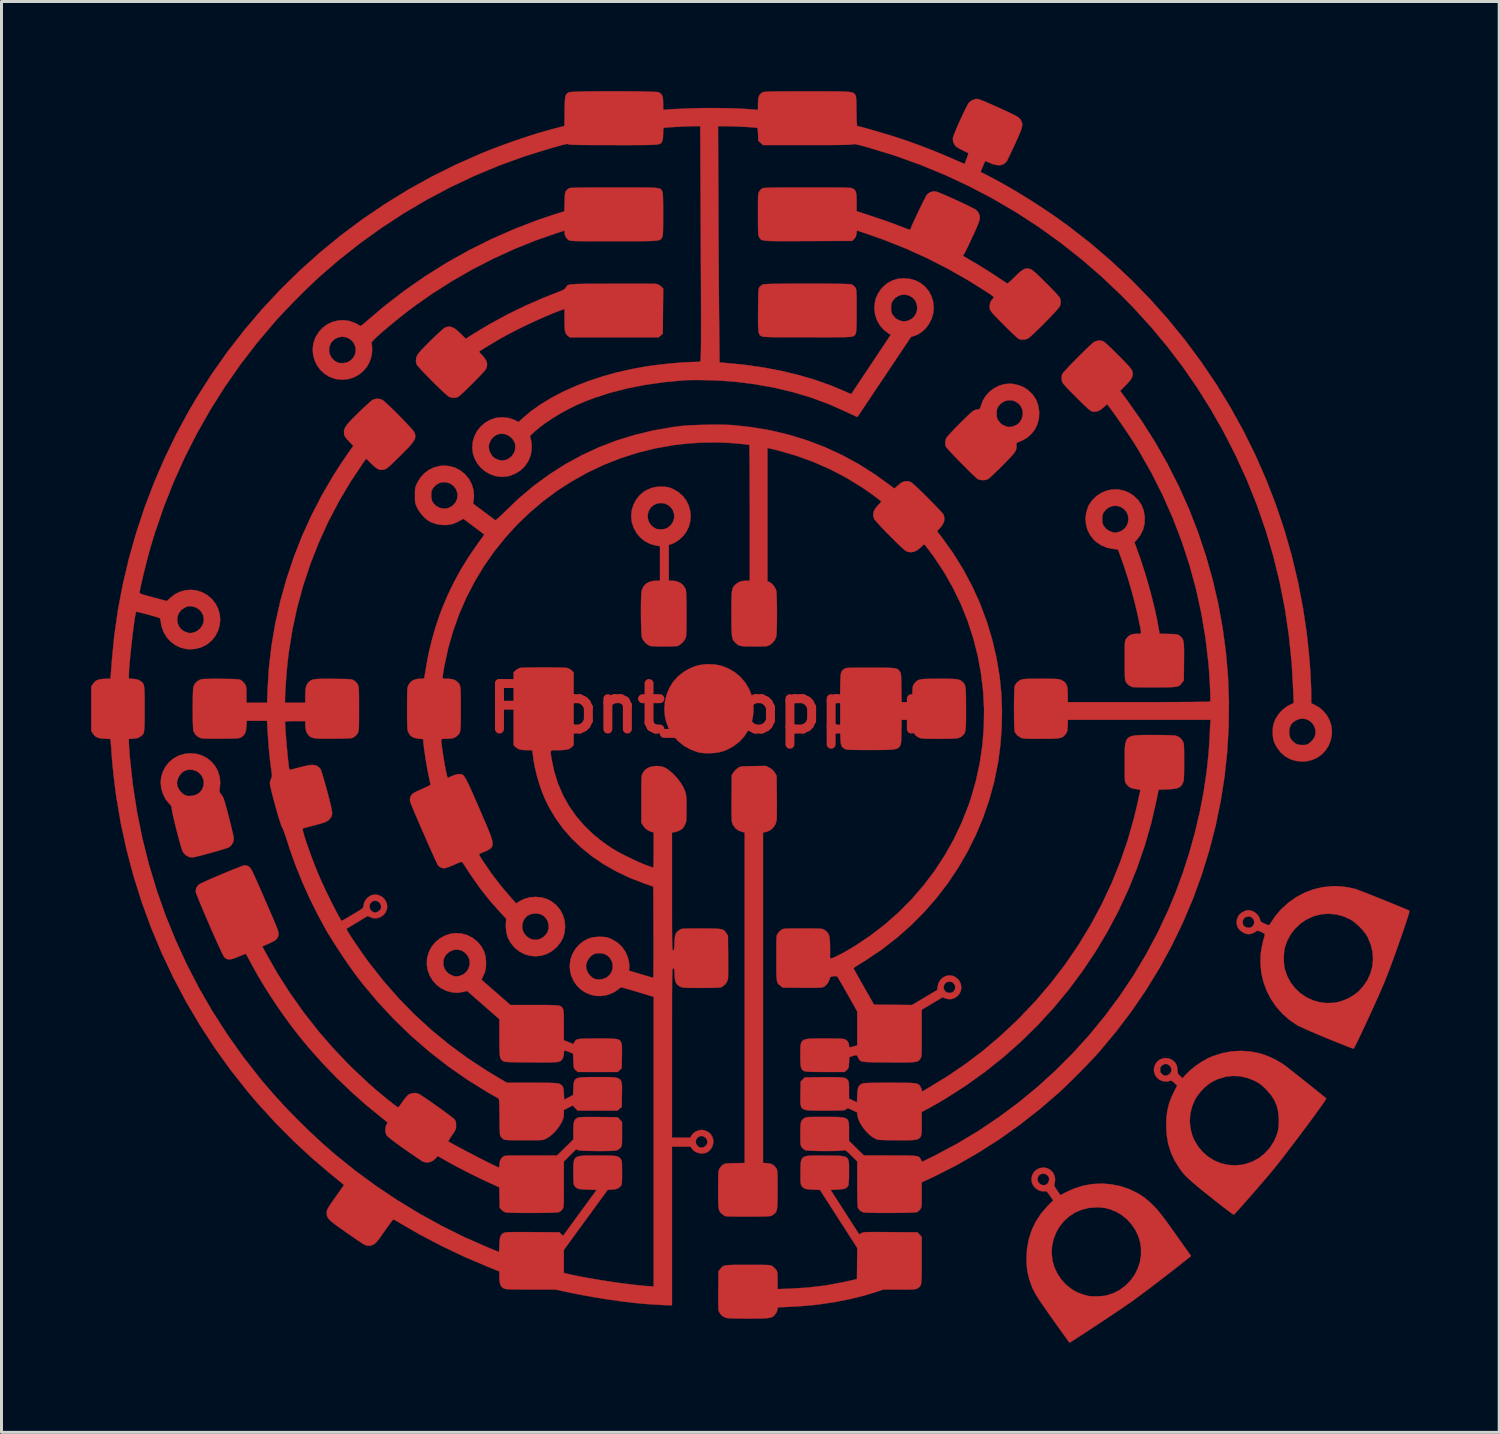
<source format=kicad_pcb>
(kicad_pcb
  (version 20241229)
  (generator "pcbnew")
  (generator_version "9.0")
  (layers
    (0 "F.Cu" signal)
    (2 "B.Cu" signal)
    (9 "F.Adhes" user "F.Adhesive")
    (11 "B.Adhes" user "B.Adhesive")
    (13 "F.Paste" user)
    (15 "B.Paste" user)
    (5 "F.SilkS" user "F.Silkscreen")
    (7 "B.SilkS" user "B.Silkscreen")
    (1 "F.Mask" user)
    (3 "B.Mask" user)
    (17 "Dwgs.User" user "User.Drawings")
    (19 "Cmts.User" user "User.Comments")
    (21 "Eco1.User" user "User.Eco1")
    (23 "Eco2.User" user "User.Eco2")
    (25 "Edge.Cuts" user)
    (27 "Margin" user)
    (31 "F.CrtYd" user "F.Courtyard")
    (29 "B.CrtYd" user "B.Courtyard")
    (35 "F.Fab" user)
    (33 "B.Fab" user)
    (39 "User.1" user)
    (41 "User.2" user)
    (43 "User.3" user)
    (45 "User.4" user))
  (footprint "Front_copper"
    (layer "F.Cu")
    (at 20.674 20.667)
    (property "Reference" "Front_copper" (at 0 0 0) (layer "F.Cu") (effects (font (size 1.524 1.524) (thickness 0.3))))
    (attr through_hole)
    (fp_poly (pts (xy 0.212 -1.471) (xy 0.393 -1.437) (xy 0.572 -1.375) (xy 0.667 -1.333) (xy 0.881 -1.207) (xy 1.068 -1.049) (xy 1.227 -0.863) (xy 1.353 -0.652) (xy 1.446 -0.418) (xy 1.472 -0.323) (xy 1.493 -0.186) (xy 1.501 -0.027) (xy 1.496 0.141) (xy 1.477 0.301) (xy 1.447 0.44) (xy 1.439 0.465) (xy 1.337 0.706) (xy 1.204 0.918) (xy 1.04 1.101) (xy 0.846 1.254) (xy 0.625 1.376) (xy 0.49 1.43) (xy 0.35 1.467) (xy 0.185 1.49) (xy 0.011 1.5) (xy -0.16 1.495) (xy -0.312 1.475) (xy -0.368 1.462) (xy -0.606 1.375) (xy -0.822 1.254) (xy -1.014 1.102) (xy -1.178 0.921) (xy -1.31 0.715) (xy -1.345 0.646) (xy -1.42 0.454) (xy -1.464 0.263) (xy -1.481 0.057) (xy -1.482 0.011) (xy -1.462 -0.241) (xy -1.403 -0.48) (xy -1.308 -0.701) (xy -1.179 -0.903) (xy -1.017 -1.08) (xy -0.825 -1.231) (xy -0.646 -1.333) (xy -0.461 -1.41) (xy -0.283 -1.457) (xy -0.094 -1.479) (xy 0.011 -1.482) (xy 0.212 -1.471)) (stroke (width 0.01) (type solid)) (fill yes) (layer "F.Cu"))
    (fp_poly (pts (xy 3.59 -14.223) (xy 3.804 -14.222) (xy 4.008 -14.22) (xy 4.197 -14.218) (xy 4.367 -14.215) (xy 4.515 -14.212) (xy 4.634 -14.208) (xy 4.722 -14.204) (xy 4.774 -14.198) (xy 4.783 -14.196) (xy 4.848 -14.159) (xy 4.903 -14.101) (xy 4.905 -14.099) (xy 4.918 -14.079) (xy 4.928 -14.058) (xy 4.936 -14.031) (xy 4.943 -13.995) (xy 4.947 -13.944) (xy 4.95 -13.873) (xy 4.952 -13.779) (xy 4.953 -13.655) (xy 4.953 -13.499) (xy 4.953 -13.32) (xy 4.953 -13.122) (xy 4.952 -12.961) (xy 4.95 -12.834) (xy 4.947 -12.736) (xy 4.943 -12.664) (xy 4.937 -12.612) (xy 4.93 -12.576) (xy 4.922 -12.553) (xy 4.921 -12.552) (xy 4.909 -12.528) (xy 4.899 -12.507) (xy 4.886 -12.489) (xy 4.868 -12.474) (xy 4.842 -12.462) (xy 4.805 -12.451) (xy 4.754 -12.443) (xy 4.687 -12.437) (xy 4.599 -12.432) (xy 4.489 -12.429) (xy 4.353 -12.427) (xy 4.189 -12.426) (xy 3.993 -12.425) (xy 3.762 -12.425) (xy 3.493 -12.426) (xy 3.313 -12.426) (xy 3.02 -12.426) (xy 2.766 -12.426) (xy 2.548 -12.427) (xy 2.365 -12.428) (xy 2.212 -12.43) (xy 2.088 -12.432) (xy 1.989 -12.435) (xy 1.912 -12.438) (xy 1.855 -12.442) (xy 1.815 -12.446) (xy 1.789 -12.452) (xy 1.775 -12.457) (xy 1.743 -12.476) (xy 1.717 -12.499) (xy 1.696 -12.528) (xy 1.68 -12.57) (xy 1.669 -12.627) (xy 1.661 -12.704) (xy 1.656 -12.806) (xy 1.654 -12.937) (xy 1.654 -13.1) (xy 1.655 -13.301) (xy 1.655 -13.344) (xy 1.657 -13.536) (xy 1.659 -13.69) (xy 1.661 -13.812) (xy 1.664 -13.904) (xy 1.668 -13.973) (xy 1.673 -14.023) (xy 1.679 -14.057) (xy 1.688 -14.082) (xy 1.698 -14.101) (xy 1.706 -14.111) (xy 1.758 -14.161) (xy 1.822 -14.196) (xy 1.822 -14.196) (xy 1.859 -14.202) (xy 1.933 -14.206) (xy 2.041 -14.211) (xy 2.178 -14.214) (xy 2.34 -14.217) (xy 2.523 -14.22) (xy 2.721 -14.221) (xy 2.932 -14.223) (xy 3.15 -14.223) (xy 3.371 -14.223) (xy 3.59 -14.223)) (stroke (width 0.01) (type solid)) (fill yes) (layer "F.Cu"))
    (fp_poly (pts (xy -17.142 1.52) (xy -16.956 1.577) (xy -16.789 1.666) (xy -16.644 1.784) (xy -16.524 1.926) (xy -16.433 2.09) (xy -16.375 2.271) (xy -16.351 2.465) (xy -16.364 2.647) (xy -16.375 2.725) (xy -16.377 2.774) (xy -16.368 2.809) (xy -16.345 2.842) (xy -16.324 2.867) (xy -16.278 2.933) (xy -16.238 3.013) (xy -16.228 3.041) (xy -16.2 3.133) (xy -16.166 3.25) (xy -16.13 3.385) (xy -16.091 3.531) (xy -16.051 3.684) (xy -16.013 3.835) (xy -15.978 3.979) (xy -15.947 4.11) (xy -15.922 4.221) (xy -15.905 4.305) (xy -15.897 4.357) (xy -15.896 4.365) (xy -15.917 4.474) (xy -15.975 4.573) (xy -16.058 4.647) (xy -16.092 4.662) (xy -16.16 4.685) (xy -16.256 4.715) (xy -16.374 4.75) (xy -16.506 4.789) (xy -16.646 4.828) (xy -16.787 4.867) (xy -16.923 4.904) (xy -17.047 4.936) (xy -17.153 4.962) (xy -17.233 4.979) (xy -17.261 4.985) (xy -17.324 4.984) (xy -17.395 4.969) (xy -17.406 4.965) (xy -17.513 4.908) (xy -17.588 4.823) (xy -17.618 4.767) (xy -17.637 4.712) (xy -17.664 4.626) (xy -17.696 4.513) (xy -17.732 4.38) (xy -17.771 4.235) (xy -17.81 4.083) (xy -17.849 3.93) (xy -17.885 3.784) (xy -17.916 3.65) (xy -17.942 3.535) (xy -17.961 3.446) (xy -17.97 3.388) (xy -17.971 3.377) (xy -17.974 3.318) (xy -17.988 3.273) (xy -18.02 3.228) (xy -18.067 3.179) (xy -18.182 3.034) (xy -18.268 2.865) (xy -18.324 2.681) (xy -18.343 2.508) (xy -17.801 2.508) (xy -17.781 2.614) (xy -17.729 2.72) (xy -17.651 2.815) (xy -17.555 2.889) (xy -17.494 2.918) (xy -17.407 2.933) (xy -17.3 2.927) (xy -17.191 2.901) (xy -17.131 2.877) (xy -17.031 2.807) (xy -16.957 2.709) (xy -16.913 2.593) (xy -16.901 2.467) (xy -16.912 2.391) (xy -16.962 2.269) (xy -17.042 2.171) (xy -17.146 2.099) (xy -17.266 2.057) (xy -17.396 2.049) (xy -17.508 2.072) (xy -17.603 2.124) (xy -17.687 2.207) (xy -17.752 2.311) (xy -17.792 2.426) (xy -17.801 2.508) (xy -18.343 2.508) (xy -18.345 2.494) (xy -18.332 2.329) (xy -18.276 2.13) (xy -18.186 1.952) (xy -18.066 1.8) (xy -17.918 1.675) (xy -17.748 1.582) (xy -17.559 1.523) (xy -17.354 1.501) (xy -17.343 1.501) (xy -17.142 1.52)) (stroke (width 0.01) (type solid)) (fill yes) (layer "F.Cu"))
    (fp_poly (pts (xy 10.192 -10.864) (xy 10.383 -10.822) (xy 10.548 -10.753) (xy 10.696 -10.655) (xy 10.699 -10.652) (xy 10.845 -10.51) (xy 10.954 -10.349) (xy 11.026 -10.169) (xy 11.062 -9.967) (xy 11.065 -9.925) (xy 11.057 -9.72) (xy 11.01 -9.528) (xy 10.928 -9.353) (xy 10.813 -9.199) (xy 10.669 -9.07) (xy 10.498 -8.97) (xy 10.428 -8.941) (xy 10.358 -8.915) (xy 10.32 -8.894) (xy 10.304 -8.871) (xy 10.302 -8.836) (xy 10.304 -8.818) (xy 10.307 -8.762) (xy 10.303 -8.711) (xy 10.291 -8.663) (xy 10.267 -8.611) (xy 10.227 -8.552) (xy 10.17 -8.481) (xy 10.091 -8.395) (xy 9.989 -8.288) (xy 9.86 -8.157) (xy 9.837 -8.134) (xy 9.724 -8.022) (xy 9.618 -7.918) (xy 9.522 -7.827) (xy 9.442 -7.754) (xy 9.382 -7.702) (xy 9.346 -7.675) (xy 9.344 -7.674) (xy 9.254 -7.648) (xy 9.154 -7.643) (xy 9.059 -7.658) (xy 9.006 -7.681) (xy 8.97 -7.71) (xy 8.911 -7.764) (xy 8.832 -7.838) (xy 8.739 -7.929) (xy 8.635 -8.032) (xy 8.525 -8.143) (xy 8.413 -8.256) (xy 8.303 -8.369) (xy 8.201 -8.476) (xy 8.109 -8.573) (xy 8.033 -8.655) (xy 7.977 -8.719) (xy 7.944 -8.76) (xy 7.939 -8.77) (xy 7.917 -8.884) (xy 7.934 -9) (xy 7.957 -9.055) (xy 7.982 -9.09) (xy 8.034 -9.15) (xy 8.107 -9.23) (xy 8.198 -9.326) (xy 8.301 -9.433) (xy 8.414 -9.546) (xy 8.428 -9.56) (xy 8.554 -9.685) (xy 8.654 -9.783) (xy 8.733 -9.858) (xy 8.751 -9.874) (xy 9.641 -9.874) (xy 9.644 -9.787) (xy 9.654 -9.726) (xy 9.676 -9.674) (xy 9.7 -9.635) (xy 9.768 -9.55) (xy 9.849 -9.49) (xy 9.943 -9.449) (xy 10.015 -9.427) (xy 10.076 -9.422) (xy 10.145 -9.432) (xy 10.19 -9.442) (xy 10.308 -9.491) (xy 10.402 -9.569) (xy 10.469 -9.667) (xy 10.508 -9.78) (xy 10.518 -9.899) (xy 10.497 -10.017) (xy 10.444 -10.127) (xy 10.36 -10.219) (xy 10.246 -10.287) (xy 10.123 -10.318) (xy 9.998 -10.313) (xy 9.878 -10.273) (xy 9.772 -10.199) (xy 9.7 -10.115) (xy 9.668 -10.059) (xy 9.65 -10.006) (xy 9.643 -9.939) (xy 9.641 -9.874) (xy 8.751 -9.874) (xy 8.795 -9.914) (xy 8.846 -9.953) (xy 8.89 -9.979) (xy 8.931 -9.996) (xy 8.973 -10.006) (xy 9.023 -10.014) (xy 9.057 -10.019) (xy 9.078 -10.04) (xy 9.102 -10.091) (xy 9.116 -10.137) (xy 9.181 -10.313) (xy 9.28 -10.472) (xy 9.408 -10.609) (xy 9.558 -10.722) (xy 9.725 -10.806) (xy 9.903 -10.858) (xy 10.086 -10.873) (xy 10.192 -10.864)) (stroke (width 0.01) (type solid)) (fill yes) (layer "F.Cu"))
    (fp_poly (pts (xy 2.032 1.983) (xy 2.12 2.038) (xy 2.185 2.106) (xy 2.212 2.147) (xy 2.275 2.251) (xy 2.282 2.94) (xy 2.283 3.113) (xy 2.284 3.276) (xy 2.283 3.424) (xy 2.282 3.552) (xy 2.28 3.652) (xy 2.277 3.719) (xy 2.276 3.739) (xy 2.241 3.865) (xy 2.172 3.976) (xy 2.078 4.065) (xy 1.964 4.123) (xy 1.903 4.138) (xy 1.82 4.152) (xy 1.82 15.214) (xy 1.958 15.223) (xy 2.07 15.239) (xy 2.155 15.276) (xy 2.225 15.342) (xy 2.26 15.388) (xy 2.273 15.409) (xy 2.284 15.431) (xy 2.292 15.459) (xy 2.298 15.498) (xy 2.302 15.552) (xy 2.305 15.628) (xy 2.306 15.729) (xy 2.307 15.861) (xy 2.307 16.028) (xy 2.307 16.101) (xy 2.307 16.301) (xy 2.305 16.462) (xy 2.302 16.591) (xy 2.295 16.691) (xy 2.284 16.768) (xy 2.269 16.825) (xy 2.247 16.869) (xy 2.22 16.902) (xy 2.184 16.931) (xy 2.144 16.958) (xy 2.121 16.971) (xy 2.099 16.982) (xy 2.071 16.99) (xy 2.035 16.997) (xy 1.983 17.002) (xy 1.913 17.005) (xy 1.82 17.007) (xy 1.698 17.009) (xy 1.544 17.01) (xy 1.352 17.011) (xy 1.344 17.011) (xy 1.171 17.012) (xy 1.009 17.011) (xy 0.864 17.009) (xy 0.741 17.007) (xy 0.646 17.004) (xy 0.584 17) (xy 0.563 16.997) (xy 0.507 16.969) (xy 0.447 16.926) (xy 0.439 16.918) (xy 0.406 16.886) (xy 0.379 16.853) (xy 0.359 16.816) (xy 0.343 16.769) (xy 0.332 16.707) (xy 0.325 16.626) (xy 0.32 16.52) (xy 0.318 16.384) (xy 0.318 16.214) (xy 0.318 16.108) (xy 0.318 15.929) (xy 0.318 15.787) (xy 0.32 15.677) (xy 0.323 15.594) (xy 0.327 15.532) (xy 0.333 15.487) (xy 0.341 15.453) (xy 0.352 15.426) (xy 0.359 15.41) (xy 0.404 15.344) (xy 0.46 15.287) (xy 0.47 15.279) (xy 0.5 15.26) (xy 0.531 15.246) (xy 0.572 15.237) (xy 0.63 15.231) (xy 0.714 15.227) (xy 0.829 15.224) (xy 0.873 15.223) (xy 1.206 15.216) (xy 1.206 4.152) (xy 1.138 4.137) (xy 1.003 4.089) (xy 0.895 4.01) (xy 0.817 3.904) (xy 0.784 3.821) (xy 0.776 3.777) (xy 0.771 3.703) (xy 0.767 3.595) (xy 0.765 3.452) (xy 0.764 3.271) (xy 0.765 3.051) (xy 0.766 2.983) (xy 0.773 2.23) (xy 0.831 2.142) (xy 0.887 2.073) (xy 0.956 2.01) (xy 0.978 1.995) (xy 1.008 1.975) (xy 1.037 1.961) (xy 1.07 1.95) (xy 1.115 1.942) (xy 1.177 1.938) (xy 1.264 1.934) (xy 1.381 1.932) (xy 1.491 1.93) (xy 1.916 1.924) (xy 2.032 1.983)) (stroke (width 0.01) (type solid)) (fill yes) (layer "F.Cu"))
    (fp_poly (pts (xy -2.359 -14.221) (xy -2.181 -14.22) (xy -2.03 -14.219) (xy -1.908 -14.217) (xy -1.819 -14.216) (xy -1.767 -14.213) (xy -1.758 -14.213) (xy -1.668 -14.185) (xy -1.593 -14.128) (xy -1.522 -14.057) (xy -1.529 -13.303) (xy -1.535 -12.548) (xy -1.673 -12.425) (xy -4.651 -12.425) (xy -4.709 -12.471) (xy -4.749 -12.507) (xy -4.778 -12.548) (xy -4.8 -12.601) (xy -4.813 -12.672) (xy -4.822 -12.768) (xy -4.825 -12.894) (xy -4.826 -13.016) (xy -4.826 -13.376) (xy -5.001 -13.312) (xy -5.218 -13.227) (xy -5.463 -13.125) (xy -5.725 -13.009) (xy -5.996 -12.883) (xy -6.267 -12.753) (xy -6.528 -12.621) (xy -6.771 -12.494) (xy -6.986 -12.374) (xy -7.006 -12.362) (xy -7.168 -12.267) (xy -7.314 -12.18) (xy -7.441 -12.103) (xy -7.544 -12.039) (xy -7.622 -11.989) (xy -7.669 -11.956) (xy -7.684 -11.943) (xy -7.67 -11.923) (xy -7.634 -11.881) (xy -7.582 -11.825) (xy -7.569 -11.811) (xy -7.482 -11.707) (xy -7.433 -11.611) (xy -7.417 -11.515) (xy -7.431 -11.425) (xy -7.441 -11.394) (xy -7.461 -11.359) (xy -7.491 -11.317) (xy -7.537 -11.263) (xy -7.601 -11.193) (xy -7.686 -11.104) (xy -7.796 -10.991) (xy -7.891 -10.896) (xy -8.005 -10.782) (xy -8.113 -10.677) (xy -8.21 -10.585) (xy -8.291 -10.51) (xy -8.353 -10.456) (xy -8.39 -10.427) (xy -8.395 -10.425) (xy -8.504 -10.396) (xy -8.62 -10.408) (xy -8.689 -10.433) (xy -8.726 -10.459) (xy -8.786 -10.51) (xy -8.867 -10.582) (xy -8.962 -10.672) (xy -9.068 -10.774) (xy -9.181 -10.884) (xy -9.295 -10.998) (xy -9.407 -11.112) (xy -9.512 -11.22) (xy -9.606 -11.318) (xy -9.683 -11.403) (xy -9.74 -11.469) (xy -9.773 -11.512) (xy -9.778 -11.521) (xy -9.801 -11.641) (xy -9.784 -11.76) (xy -9.738 -11.855) (xy -9.7 -11.904) (xy -9.638 -11.975) (xy -9.557 -12.061) (xy -9.462 -12.159) (xy -9.359 -12.263) (xy -9.252 -12.368) (xy -9.146 -12.47) (xy -9.046 -12.563) (xy -8.958 -12.643) (xy -8.886 -12.705) (xy -8.836 -12.743) (xy -8.82 -12.753) (xy -8.733 -12.779) (xy -8.651 -12.781) (xy -8.567 -12.755) (xy -8.476 -12.7) (xy -8.371 -12.612) (xy -8.305 -12.548) (xy -8.132 -12.377) (xy -7.876 -12.539) (xy -7.32 -12.873) (xy -6.736 -13.19) (xy -6.135 -13.483) (xy -5.528 -13.748) (xy -5.096 -13.918) (xy -4.982 -13.961) (xy -4.902 -13.995) (xy -4.847 -14.024) (xy -4.812 -14.051) (xy -4.788 -14.08) (xy -4.785 -14.084) (xy -4.77 -14.109) (xy -4.756 -14.131) (xy -4.74 -14.149) (xy -4.72 -14.165) (xy -4.691 -14.178) (xy -4.651 -14.188) (xy -4.598 -14.196) (xy -4.526 -14.203) (xy -4.435 -14.208) (xy -4.32 -14.211) (xy -4.179 -14.214) (xy -4.008 -14.216) (xy -3.804 -14.217) (xy -3.565 -14.218) (xy -3.287 -14.22) (xy -3.249 -14.22) (xy -3.007 -14.221) (xy -2.775 -14.221) (xy -2.558 -14.221) (xy -2.359 -14.221)) (stroke (width 0.01) (type solid)) (fill yes) (layer "F.Cu"))
    (fp_poly (pts (xy -1.532 -7.425) (xy -1.428 -7.417) (xy -1.347 -7.404) (xy -1.274 -7.381) (xy -1.188 -7.344) (xy -1.174 -7.337) (xy -1.002 -7.235) (xy -0.861 -7.107) (xy -0.749 -6.959) (xy -0.669 -6.796) (xy -0.62 -6.622) (xy -0.602 -6.443) (xy -0.616 -6.264) (xy -0.662 -6.089) (xy -0.741 -5.924) (xy -0.852 -5.773) (xy -0.997 -5.641) (xy -1.042 -5.61) (xy -1.119 -5.562) (xy -1.196 -5.523) (xy -1.251 -5.5) (xy -1.333 -5.475) (xy -1.333 -4.276) (xy -1.206 -4.276) (xy -1.071 -4.257) (xy -0.952 -4.206) (xy -0.854 -4.126) (xy -0.785 -4.023) (xy -0.763 -3.964) (xy -0.757 -3.92) (xy -0.752 -3.836) (xy -0.747 -3.718) (xy -0.744 -3.568) (xy -0.742 -3.389) (xy -0.741 -3.186) (xy -0.741 -3.154) (xy -0.742 -2.956) (xy -0.742 -2.796) (xy -0.744 -2.669) (xy -0.746 -2.571) (xy -0.75 -2.496) (xy -0.754 -2.44) (xy -0.761 -2.399) (xy -0.769 -2.367) (xy -0.779 -2.341) (xy -0.78 -2.339) (xy -0.829 -2.261) (xy -0.9 -2.184) (xy -0.978 -2.122) (xy -1.03 -2.094) (xy -1.067 -2.088) (xy -1.138 -2.083) (xy -1.238 -2.079) (xy -1.357 -2.076) (xy -1.489 -2.075) (xy -1.51 -2.075) (xy -1.663 -2.076) (xy -1.779 -2.078) (xy -1.865 -2.082) (xy -1.927 -2.089) (xy -1.97 -2.097) (xy -2 -2.109) (xy -2 -2.109) (xy -2.111 -2.188) (xy -2.193 -2.289) (xy -2.234 -2.379) (xy -2.242 -2.43) (xy -2.249 -2.516) (xy -2.256 -2.632) (xy -2.26 -2.77) (xy -2.264 -2.925) (xy -2.266 -3.089) (xy -2.267 -3.256) (xy -2.266 -3.419) (xy -2.264 -3.572) (xy -2.26 -3.709) (xy -2.255 -3.822) (xy -2.248 -3.905) (xy -2.242 -3.946) (xy -2.191 -4.069) (xy -2.109 -4.165) (xy -1.998 -4.233) (xy -1.862 -4.269) (xy -1.773 -4.275) (xy -1.63 -4.276) (xy -1.63 -5.431) (xy -1.771 -5.455) (xy -1.961 -5.509) (xy -2.134 -5.598) (xy -2.286 -5.72) (xy -2.412 -5.869) (xy -2.509 -6.043) (xy -2.572 -6.237) (xy -2.574 -6.249) (xy -2.594 -6.44) (xy -2.589 -6.485) (xy -2.041 -6.485) (xy -2.037 -6.362) (xy -1.999 -6.243) (xy -1.93 -6.138) (xy -1.832 -6.053) (xy -1.756 -6.013) (xy -1.707 -6.002) (xy -1.634 -5.996) (xy -1.574 -5.997) (xy -1.479 -6.007) (xy -1.405 -6.032) (xy -1.356 -6.061) (xy -1.256 -6.15) (xy -1.189 -6.259) (xy -1.155 -6.38) (xy -1.157 -6.506) (xy -1.195 -6.628) (xy -1.253 -6.719) (xy -1.35 -6.806) (xy -1.464 -6.859) (xy -1.587 -6.878) (xy -1.711 -6.865) (xy -1.827 -6.818) (xy -1.927 -6.737) (xy -1.942 -6.72) (xy -2.01 -6.607) (xy -2.041 -6.485) (xy -2.589 -6.485) (xy -2.575 -6.631) (xy -2.52 -6.813) (xy -2.433 -6.982) (xy -2.316 -7.131) (xy -2.173 -7.254) (xy -2.073 -7.313) (xy -1.916 -7.38) (xy -1.76 -7.417) (xy -1.589 -7.427) (xy -1.532 -7.425)) (stroke (width 0.01) (type solid)) (fill yes) (layer "F.Cu"))
    (fp_poly (pts (xy 13.726 -7.33) (xy 13.918 -7.287) (xy 14.083 -7.218) (xy 14.231 -7.12) (xy 14.234 -7.117) (xy 14.38 -6.975) (xy 14.489 -6.815) (xy 14.561 -6.634) (xy 14.597 -6.432) (xy 14.6 -6.39) (xy 14.592 -6.181) (xy 14.544 -5.988) (xy 14.457 -5.809) (xy 14.346 -5.663) (xy 14.254 -5.561) (xy 14.386 -5.199) (xy 14.508 -4.845) (xy 14.627 -4.471) (xy 14.739 -4.087) (xy 14.842 -3.703) (xy 14.934 -3.326) (xy 15.012 -2.968) (xy 15.073 -2.637) (xy 15.081 -2.589) (xy 15.095 -2.501) (xy 15.397 -2.494) (xy 15.516 -2.491) (xy 15.601 -2.487) (xy 15.661 -2.481) (xy 15.702 -2.472) (xy 15.734 -2.457) (xy 15.765 -2.436) (xy 15.774 -2.429) (xy 15.813 -2.398) (xy 15.844 -2.364) (xy 15.868 -2.325) (xy 15.887 -2.275) (xy 15.9 -2.21) (xy 15.908 -2.124) (xy 15.913 -2.014) (xy 15.915 -1.873) (xy 15.914 -1.698) (xy 15.913 -1.564) (xy 15.907 -0.939) (xy 15.847 -0.861) (xy 15.817 -0.822) (xy 15.789 -0.79) (xy 15.757 -0.765) (xy 15.719 -0.746) (xy 15.668 -0.731) (xy 15.601 -0.721) (xy 15.512 -0.714) (xy 15.398 -0.71) (xy 15.254 -0.707) (xy 15.075 -0.706) (xy 14.944 -0.705) (xy 14.772 -0.705) (xy 14.612 -0.705) (xy 14.469 -0.707) (xy 14.348 -0.709) (xy 14.255 -0.712) (xy 14.196 -0.716) (xy 14.177 -0.719) (xy 14.078 -0.767) (xy 13.998 -0.841) (xy 13.962 -0.897) (xy 13.952 -0.923) (xy 13.944 -0.958) (xy 13.938 -1.007) (xy 13.934 -1.074) (xy 13.931 -1.164) (xy 13.929 -1.283) (xy 13.928 -1.434) (xy 13.928 -1.614) (xy 13.928 -1.796) (xy 13.928 -1.941) (xy 13.929 -2.053) (xy 13.932 -2.138) (xy 13.935 -2.2) (xy 13.94 -2.244) (xy 13.948 -2.276) (xy 13.957 -2.3) (xy 13.97 -2.321) (xy 13.976 -2.33) (xy 14.045 -2.413) (xy 14.125 -2.466) (xy 14.225 -2.492) (xy 14.322 -2.498) (xy 14.395 -2.498) (xy 14.442 -2.502) (xy 14.467 -2.518) (xy 14.474 -2.553) (xy 14.467 -2.613) (xy 14.45 -2.707) (xy 14.445 -2.733) (xy 14.369 -3.103) (xy 14.275 -3.498) (xy 14.168 -3.904) (xy 14.05 -4.311) (xy 13.924 -4.705) (xy 13.795 -5.075) (xy 13.754 -5.186) (xy 13.701 -5.323) (xy 13.555 -5.339) (xy 13.34 -5.381) (xy 13.148 -5.458) (xy 12.978 -5.571) (xy 12.892 -5.651) (xy 12.77 -5.805) (xy 12.683 -5.978) (xy 12.632 -6.165) (xy 12.618 -6.339) (xy 13.176 -6.339) (xy 13.179 -6.252) (xy 13.189 -6.191) (xy 13.211 -6.139) (xy 13.234 -6.1) (xy 13.303 -6.015) (xy 13.384 -5.956) (xy 13.478 -5.914) (xy 13.55 -5.893) (xy 13.61 -5.887) (xy 13.68 -5.897) (xy 13.725 -5.907) (xy 13.843 -5.957) (xy 13.936 -6.034) (xy 14.003 -6.133) (xy 14.043 -6.245) (xy 14.053 -6.364) (xy 14.032 -6.482) (xy 13.979 -6.592) (xy 13.895 -6.684) (xy 13.781 -6.753) (xy 13.658 -6.784) (xy 13.533 -6.778) (xy 13.413 -6.738) (xy 13.307 -6.665) (xy 13.235 -6.58) (xy 13.203 -6.524) (xy 13.185 -6.471) (xy 13.177 -6.404) (xy 13.176 -6.339) (xy 12.618 -6.339) (xy 12.616 -6.358) (xy 12.638 -6.552) (xy 12.698 -6.74) (xy 12.738 -6.823) (xy 12.843 -6.975) (xy 12.977 -7.105) (xy 13.134 -7.21) (xy 13.306 -7.286) (xy 13.486 -7.329) (xy 13.667 -7.336) (xy 13.726 -7.33)) (stroke (width 0.01) (type solid)) (fill yes) (layer "F.Cu"))
    (fp_poly (pts (xy 5.624 -1.365) (xy 5.805 -1.364) (xy 5.952 -1.362) (xy 6.07 -1.359) (xy 6.161 -1.353) (xy 6.231 -1.344) (xy 6.283 -1.333) (xy 6.321 -1.317) (xy 6.35 -1.298) (xy 6.374 -1.273) (xy 6.396 -1.243) (xy 6.398 -1.241) (xy 6.413 -1.217) (xy 6.425 -1.192) (xy 6.434 -1.158) (xy 6.44 -1.11) (xy 6.444 -1.043) (xy 6.448 -0.949) (xy 6.45 -0.824) (xy 6.452 -0.693) (xy 6.459 -0.212) (xy 6.811 -0.212) (xy 6.819 -0.483) (xy 6.822 -0.596) (xy 6.827 -0.675) (xy 6.834 -0.73) (xy 6.846 -0.769) (xy 6.864 -0.802) (xy 6.887 -0.835) (xy 6.923 -0.878) (xy 6.958 -0.913) (xy 6.999 -0.94) (xy 7.05 -0.96) (xy 7.116 -0.975) (xy 7.202 -0.985) (xy 7.314 -0.99) (xy 7.457 -0.993) (xy 7.635 -0.994) (xy 7.707 -0.994) (xy 7.896 -0.994) (xy 8.048 -0.993) (xy 8.167 -0.989) (xy 8.26 -0.983) (xy 8.331 -0.973) (xy 8.385 -0.96) (xy 8.428 -0.942) (xy 8.464 -0.919) (xy 8.496 -0.891) (xy 8.526 -0.862) (xy 8.551 -0.833) (xy 8.571 -0.799) (xy 8.586 -0.757) (xy 8.597 -0.7) (xy 8.605 -0.626) (xy 8.61 -0.528) (xy 8.613 -0.404) (xy 8.614 -0.247) (xy 8.615 -0.054) (xy 8.615 0.011) (xy 8.615 0.215) (xy 8.614 0.382) (xy 8.611 0.516) (xy 8.607 0.621) (xy 8.6 0.701) (xy 8.59 0.763) (xy 8.576 0.809) (xy 8.558 0.845) (xy 8.534 0.875) (xy 8.505 0.904) (xy 8.496 0.913) (xy 8.461 0.941) (xy 8.425 0.964) (xy 8.382 0.982) (xy 8.327 0.995) (xy 8.255 1.005) (xy 8.16 1.011) (xy 8.039 1.014) (xy 7.885 1.015) (xy 7.707 1.016) (xy 7.531 1.015) (xy 7.392 1.014) (xy 7.285 1.012) (xy 7.205 1.009) (xy 7.145 1.004) (xy 7.1 0.997) (xy 7.067 0.988) (xy 7.038 0.976) (xy 6.943 0.917) (xy 6.876 0.838) (xy 6.835 0.733) (xy 6.817 0.598) (xy 6.816 0.54) (xy 6.816 0.381) (xy 6.459 0.381) (xy 6.452 0.788) (xy 6.45 0.928) (xy 6.448 1.044) (xy 6.44 1.139) (xy 6.425 1.214) (xy 6.398 1.272) (xy 6.355 1.316) (xy 6.294 1.347) (xy 6.209 1.368) (xy 6.099 1.38) (xy 5.959 1.386) (xy 5.786 1.389) (xy 5.576 1.39) (xy 5.461 1.39) (xy 5.281 1.39) (xy 5.113 1.39) (xy 4.96 1.389) (xy 4.829 1.386) (xy 4.725 1.384) (xy 4.653 1.38) (xy 4.619 1.377) (xy 4.555 1.352) (xy 4.505 1.32) (xy 4.483 1.3) (xy 4.465 1.279) (xy 4.45 1.255) (xy 4.437 1.222) (xy 4.427 1.178) (xy 4.419 1.12) (xy 4.413 1.044) (xy 4.409 0.946) (xy 4.406 0.823) (xy 4.404 0.672) (xy 4.403 0.488) (xy 4.403 0.27) (xy 4.403 0.013) (xy 4.403 0.006) (xy 4.403 -0.253) (xy 4.403 -0.472) (xy 4.404 -0.657) (xy 4.406 -0.809) (xy 4.409 -0.933) (xy 4.414 -1.032) (xy 4.42 -1.109) (xy 4.429 -1.168) (xy 4.441 -1.212) (xy 4.456 -1.245) (xy 4.474 -1.27) (xy 4.496 -1.291) (xy 4.522 -1.311) (xy 4.536 -1.321) (xy 4.553 -1.333) (xy 4.572 -1.342) (xy 4.598 -1.349) (xy 4.635 -1.355) (xy 4.687 -1.359) (xy 4.758 -1.362) (xy 4.853 -1.363) (xy 4.977 -1.365) (xy 5.132 -1.365) (xy 5.324 -1.365) (xy 5.404 -1.365) (xy 5.624 -1.365)) (stroke (width 0.01) (type solid)) (fill yes) (layer "F.Cu"))
    (fp_poly (pts (xy 3.839 14.967) (xy 3.937 14.969) (xy 4.137 14.971) (xy 4.298 14.973) (xy 4.425 14.98) (xy 4.523 14.994) (xy 4.594 15.018) (xy 4.643 15.055) (xy 4.674 15.108) (xy 4.691 15.18) (xy 4.698 15.274) (xy 4.699 15.393) (xy 4.699 15.536) (xy 4.698 15.695) (xy 4.693 15.821) (xy 4.686 15.912) (xy 4.677 15.964) (xy 4.675 15.969) (xy 4.643 16.02) (xy 4.599 16.056) (xy 4.534 16.081) (xy 4.441 16.097) (xy 4.314 16.107) (xy 4.312 16.107) (xy 4.083 16.118) (xy 4.561 16.863) (xy 5.04 17.608) (xy 5.111 17.566) (xy 5.129 17.556) (xy 5.151 17.548) (xy 5.179 17.541) (xy 5.218 17.536) (xy 5.271 17.532) (xy 5.344 17.53) (xy 5.439 17.529) (xy 5.562 17.528) (xy 5.715 17.529) (xy 5.903 17.529) (xy 6.085 17.531) (xy 6.988 17.537) (xy 7.133 17.695) (xy 7.133 18.473) (xy 7.133 18.684) (xy 7.132 18.858) (xy 7.13 18.997) (xy 7.127 19.107) (xy 7.121 19.192) (xy 7.113 19.255) (xy 7.101 19.302) (xy 7.085 19.335) (xy 7.065 19.361) (xy 7.039 19.382) (xy 7.008 19.404) (xy 7.008 19.404) (xy 6.985 19.419) (xy 6.961 19.43) (xy 6.93 19.438) (xy 6.888 19.444) (xy 6.828 19.448) (xy 6.745 19.451) (xy 6.634 19.452) (xy 6.489 19.452) (xy 6.393 19.452) (xy 5.85 19.452) (xy 5.661 19.516) (xy 5.207 19.655) (xy 4.721 19.775) (xy 4.207 19.875) (xy 3.671 19.954) (xy 3.534 19.97) (xy 3.429 19.98) (xy 3.297 19.992) (xy 3.145 20.003) (xy 2.984 20.015) (xy 2.822 20.025) (xy 2.669 20.034) (xy 2.533 20.04) (xy 2.425 20.044) (xy 2.376 20.045) (xy 2.328 20.049) (xy 2.31 20.07) (xy 2.307 20.103) (xy 2.292 20.171) (xy 2.253 20.249) (xy 2.199 20.319) (xy 2.173 20.343) (xy 2.141 20.365) (xy 2.102 20.383) (xy 2.051 20.397) (xy 1.984 20.408) (xy 1.896 20.415) (xy 1.783 20.421) (xy 1.641 20.424) (xy 1.463 20.425) (xy 1.298 20.425) (xy 1.098 20.424) (xy 0.936 20.422) (xy 0.809 20.419) (xy 0.712 20.415) (xy 0.64 20.409) (xy 0.59 20.402) (xy 0.564 20.395) (xy 0.465 20.342) (xy 0.386 20.265) (xy 0.338 20.176) (xy 0.337 20.173) (xy 0.33 20.127) (xy 0.325 20.041) (xy 0.322 19.92) (xy 0.32 19.765) (xy 0.321 19.581) (xy 0.321 19.472) (xy 0.328 18.846) (xy 0.387 18.768) (xy 0.415 18.732) (xy 0.441 18.703) (xy 0.47 18.68) (xy 0.506 18.662) (xy 0.554 18.649) (xy 0.619 18.639) (xy 0.703 18.633) (xy 0.813 18.629) (xy 0.952 18.627) (xy 1.125 18.627) (xy 1.319 18.627) (xy 1.517 18.627) (xy 1.676 18.627) (xy 1.803 18.628) (xy 1.901 18.63) (xy 1.974 18.632) (xy 2.028 18.637) (xy 2.066 18.642) (xy 2.094 18.65) (xy 2.115 18.659) (xy 2.135 18.672) (xy 2.139 18.675) (xy 2.201 18.727) (xy 2.255 18.789) (xy 2.259 18.794) (xy 2.279 18.827) (xy 2.292 18.861) (xy 2.3 18.906) (xy 2.305 18.97) (xy 2.307 19.061) (xy 2.307 19.152) (xy 2.307 19.438) (xy 2.725 19.424) (xy 3.343 19.386) (xy 3.949 19.311) (xy 4.554 19.197) (xy 4.667 19.171) (xy 4.964 19.103) (xy 4.969 18.582) (xy 4.975 18.061) (xy 3.726 16.118) (xy 3.484 16.108) (xy 3.373 16.102) (xy 3.295 16.094) (xy 3.242 16.083) (xy 3.203 16.067) (xy 3.182 16.053) (xy 3.144 16.022) (xy 3.116 15.99) (xy 3.096 15.951) (xy 3.083 15.897) (xy 3.075 15.824) (xy 3.073 15.723) (xy 3.073 15.59) (xy 3.074 15.512) (xy 3.076 15.374) (xy 3.08 15.262) (xy 3.089 15.172) (xy 3.108 15.102) (xy 3.141 15.049) (xy 3.191 15.012) (xy 3.263 14.987) (xy 3.36 14.973) (xy 3.485 14.967) (xy 3.644 14.966) (xy 3.839 14.967)) (stroke (width 0.01) (type solid)) (fill yes) (layer "F.Cu"))
    (fp_poly (pts (xy -8.28 7.533) (xy -8.279 7.533) (xy -8.079 7.59) (xy -7.898 7.683) (xy -7.739 7.81) (xy -7.608 7.968) (xy -7.598 7.984) (xy -7.519 8.134) (xy -7.471 8.293) (xy -7.453 8.472) (xy -7.454 8.576) (xy -7.461 8.682) (xy -7.474 8.763) (xy -7.495 8.836) (xy -7.531 8.919) (xy -7.534 8.927) (xy -7.605 9.08) (xy -7.512 9.162) (xy -7.47 9.199) (xy -7.401 9.259) (xy -7.312 9.337) (xy -7.209 9.427) (xy -7.097 9.525) (xy -7.028 9.585) (xy -6.637 9.927) (xy -5.836 9.927) (xy -5.619 9.927) (xy -5.439 9.928) (xy -5.294 9.93) (xy -5.179 9.934) (xy -5.091 9.939) (xy -5.024 9.948) (xy -4.975 9.96) (xy -4.941 9.976) (xy -4.916 9.996) (xy -4.897 10.021) (xy -4.88 10.051) (xy -4.879 10.053) (xy -4.869 10.082) (xy -4.86 10.123) (xy -4.855 10.183) (xy -4.851 10.267) (xy -4.848 10.38) (xy -4.847 10.527) (xy -4.847 10.611) (xy -4.847 11.107) (xy -4.688 11.172) (xy -4.529 11.237) (xy -4.497 11.175) (xy -4.478 11.141) (xy -4.456 11.114) (xy -4.427 11.092) (xy -4.386 11.076) (xy -4.329 11.065) (xy -4.25 11.057) (xy -4.146 11.052) (xy -4.012 11.05) (xy -3.843 11.049) (xy -3.715 11.049) (xy -3.521 11.049) (xy -3.365 11.051) (xy -3.242 11.054) (xy -3.148 11.06) (xy -3.078 11.069) (xy -3.027 11.082) (xy -2.991 11.1) (xy -2.964 11.123) (xy -2.944 11.153) (xy -2.931 11.178) (xy -2.919 11.208) (xy -2.91 11.248) (xy -2.905 11.306) (xy -2.902 11.386) (xy -2.902 11.496) (xy -2.904 11.642) (xy -2.904 11.645) (xy -2.91 12.047) (xy -2.98 12.109) (xy -3.049 12.171) (xy -4.381 12.171) (xy -4.45 12.109) (xy -4.479 12.082) (xy -4.499 12.056) (xy -4.512 12.023) (xy -4.52 11.973) (xy -4.525 11.899) (xy -4.53 11.8) (xy -4.54 11.553) (xy -4.666 11.502) (xy -4.75 11.469) (xy -4.803 11.455) (xy -4.833 11.462) (xy -4.845 11.491) (xy -4.847 11.546) (xy -4.847 11.552) (xy -4.862 11.656) (xy -4.89 11.722) (xy -4.91 11.753) (xy -4.931 11.779) (xy -4.957 11.8) (xy -4.992 11.817) (xy -5.039 11.83) (xy -5.104 11.839) (xy -5.188 11.845) (xy -5.298 11.849) (xy -5.435 11.851) (xy -5.605 11.851) (xy -5.81 11.85) (xy -5.955 11.849) (xy -6.171 11.847) (xy -6.349 11.846) (xy -6.493 11.844) (xy -6.607 11.841) (xy -6.694 11.838) (xy -6.76 11.834) (xy -6.807 11.829) (xy -6.84 11.823) (xy -6.863 11.815) (xy -6.881 11.806) (xy -6.883 11.804) (xy -6.916 11.78) (xy -6.943 11.752) (xy -6.964 11.718) (xy -6.98 11.671) (xy -6.991 11.608) (xy -6.999 11.524) (xy -7.003 11.413) (xy -7.005 11.272) (xy -7.006 11.094) (xy -7.006 11.014) (xy -7.006 10.403) (xy -7.547 9.93) (xy -8.088 9.457) (xy -8.177 9.479) (xy -8.31 9.508) (xy -8.425 9.518) (xy -8.543 9.51) (xy -8.584 9.505) (xy -8.777 9.455) (xy -8.952 9.37) (xy -9.105 9.256) (xy -9.233 9.116) (xy -9.332 8.956) (xy -9.401 8.779) (xy -9.434 8.591) (xy -9.432 8.465) (xy -8.884 8.465) (xy -8.882 8.583) (xy -8.849 8.697) (xy -8.785 8.8) (xy -8.692 8.886) (xy -8.575 8.945) (xy -8.504 8.967) (xy -8.444 8.972) (xy -8.374 8.962) (xy -8.33 8.952) (xy -8.211 8.901) (xy -8.112 8.818) (xy -8.041 8.711) (xy -8.003 8.586) (xy -7.998 8.519) (xy -8.014 8.389) (xy -8.066 8.278) (xy -8.15 8.183) (xy -8.261 8.108) (xy -8.383 8.073) (xy -8.51 8.078) (xy -8.637 8.123) (xy -8.692 8.156) (xy -8.79 8.244) (xy -8.854 8.35) (xy -8.884 8.465) (xy -9.432 8.465) (xy -9.43 8.396) (xy -9.417 8.314) (xy -9.358 8.131) (xy -9.266 7.965) (xy -9.144 7.82) (xy -8.998 7.699) (xy -8.834 7.607) (xy -8.656 7.546) (xy -8.47 7.52) (xy -8.28 7.533)) (stroke (width 0.01) (type solid)) (fill yes) (layer "F.Cu"))
    (fp_poly (pts (xy 11.253 15.373) (xy 11.369 15.405) (xy 11.466 15.47) (xy 11.54 15.561) (xy 11.586 15.669) (xy 11.6 15.788) (xy 11.577 15.911) (xy 11.577 15.912) (xy 11.568 15.945) (xy 11.571 15.977) (xy 11.588 16.016) (xy 11.623 16.073) (xy 11.666 16.135) (xy 11.778 16.294) (xy 11.948 16.202) (xy 12.241 16.069) (xy 12.544 15.975) (xy 12.855 15.921) (xy 13.169 15.906) (xy 13.482 15.931) (xy 13.791 15.994) (xy 14.092 16.097) (xy 14.382 16.239) (xy 14.454 16.282) (xy 14.606 16.389) (xy 14.775 16.534) (xy 14.871 16.626) (xy 14.933 16.69) (xy 14.993 16.753) (xy 15.052 16.82) (xy 15.114 16.896) (xy 15.184 16.984) (xy 15.263 17.089) (xy 15.355 17.215) (xy 15.464 17.366) (xy 15.592 17.547) (xy 15.627 17.595) (xy 16.149 18.331) (xy 15.901 18.529) (xy 15.738 18.657) (xy 15.559 18.798) (xy 15.367 18.946) (xy 15.169 19.099) (xy 14.97 19.251) (xy 14.777 19.398) (xy 14.594 19.536) (xy 14.427 19.66) (xy 14.282 19.767) (xy 14.164 19.852) (xy 14.161 19.855) (xy 14.076 19.914) (xy 13.967 19.989) (xy 13.84 20.076) (xy 13.696 20.173) (xy 13.54 20.278) (xy 13.375 20.388) (xy 13.206 20.5) (xy 13.036 20.613) (xy 12.869 20.723) (xy 12.708 20.829) (xy 12.558 20.928) (xy 12.421 21.016) (xy 12.302 21.093) (xy 12.205 21.155) (xy 12.133 21.2) (xy 12.09 21.225) (xy 12.079 21.23) (xy 12.066 21.214) (xy 12.031 21.166) (xy 11.977 21.091) (xy 11.906 20.992) (xy 11.821 20.874) (xy 11.724 20.738) (xy 11.618 20.59) (xy 11.567 20.518) (xy 11.416 20.305) (xy 11.288 20.123) (xy 11.181 19.968) (xy 11.091 19.836) (xy 11.018 19.723) (xy 10.958 19.626) (xy 10.909 19.54) (xy 10.869 19.463) (xy 10.836 19.391) (xy 10.807 19.319) (xy 10.794 19.284) (xy 10.727 19.081) (xy 10.681 18.896) (xy 10.653 18.71) (xy 10.641 18.507) (xy 10.64 18.415) (xy 10.649 18.248) (xy 11.482 18.248) (xy 11.51 18.481) (xy 11.575 18.707) (xy 11.675 18.92) (xy 11.806 19.117) (xy 11.966 19.292) (xy 12.152 19.441) (xy 12.3 19.527) (xy 12.381 19.563) (xy 12.483 19.602) (xy 12.589 19.637) (xy 12.682 19.662) (xy 12.721 19.67) (xy 12.81 19.679) (xy 12.924 19.682) (xy 13.049 19.679) (xy 13.17 19.672) (xy 13.271 19.66) (xy 13.31 19.653) (xy 13.545 19.577) (xy 13.759 19.467) (xy 13.951 19.326) (xy 14.116 19.159) (xy 14.254 18.97) (xy 14.362 18.761) (xy 14.436 18.538) (xy 14.474 18.304) (xy 14.474 18.063) (xy 14.455 17.916) (xy 14.393 17.689) (xy 14.293 17.472) (xy 14.16 17.273) (xy 13.999 17.096) (xy 13.814 16.948) (xy 13.642 16.849) (xy 13.46 16.773) (xy 13.285 16.726) (xy 13.1 16.704) (xy 12.982 16.701) (xy 12.731 16.72) (xy 12.494 16.779) (xy 12.275 16.872) (xy 12.075 16.998) (xy 11.9 17.155) (xy 11.75 17.339) (xy 11.631 17.547) (xy 11.543 17.778) (xy 11.493 18.013) (xy 11.482 18.248) (xy 10.649 18.248) (xy 10.659 18.084) (xy 10.717 17.767) (xy 10.814 17.466) (xy 10.949 17.182) (xy 11.123 16.916) (xy 11.333 16.67) (xy 11.36 16.643) (xy 11.535 16.468) (xy 11.424 16.309) (xy 11.371 16.234) (xy 11.333 16.188) (xy 11.305 16.165) (xy 11.278 16.159) (xy 11.253 16.163) (xy 11.152 16.164) (xy 11.049 16.131) (xy 10.954 16.07) (xy 10.876 15.988) (xy 10.826 15.891) (xy 10.82 15.87) (xy 10.807 15.742) (xy 10.809 15.731) (xy 11.01 15.731) (xy 11.015 15.808) (xy 11.049 15.876) (xy 11.104 15.928) (xy 11.175 15.958) (xy 11.254 15.957) (xy 11.304 15.938) (xy 11.355 15.891) (xy 11.39 15.821) (xy 11.401 15.747) (xy 11.398 15.728) (xy 11.364 15.652) (xy 11.304 15.601) (xy 11.23 15.574) (xy 11.153 15.576) (xy 11.082 15.608) (xy 11.04 15.654) (xy 11.01 15.731) (xy 10.809 15.731) (xy 10.831 15.624) (xy 10.888 15.523) (xy 10.971 15.443) (xy 11.076 15.39) (xy 11.199 15.37) (xy 11.253 15.373)) (stroke (width 0.01) (type solid)) (fill yes) (layer "F.Cu"))
    (fp_poly (pts (xy 18.148 11.487) (xy 18.453 11.547) (xy 18.615 11.598) (xy 18.795 11.671) (xy 18.978 11.76) (xy 19.149 11.856) (xy 19.296 11.955) (xy 19.322 11.974) (xy 19.49 12.107) (xy 19.658 12.24) (xy 19.825 12.371) (xy 19.985 12.499) (xy 20.137 12.62) (xy 20.276 12.731) (xy 20.399 12.83) (xy 20.504 12.914) (xy 20.587 12.982) (xy 20.644 13.029) (xy 20.672 13.053) (xy 20.674 13.056) (xy 20.664 13.079) (xy 20.631 13.133) (xy 20.576 13.214) (xy 20.503 13.319) (xy 20.413 13.444) (xy 20.31 13.587) (xy 20.195 13.744) (xy 20.071 13.912) (xy 19.94 14.088) (xy 19.805 14.268) (xy 19.668 14.45) (xy 19.532 14.629) (xy 19.398 14.804) (xy 19.27 14.971) (xy 19.15 15.126) (xy 19.039 15.266) (xy 18.942 15.388) (xy 18.859 15.489) (xy 18.855 15.494) (xy 18.754 15.613) (xy 18.643 15.745) (xy 18.523 15.884) (xy 18.399 16.029) (xy 18.272 16.174) (xy 18.148 16.317) (xy 18.028 16.454) (xy 17.915 16.581) (xy 17.814 16.695) (xy 17.727 16.792) (xy 17.657 16.869) (xy 17.607 16.922) (xy 17.581 16.947) (xy 17.579 16.948) (xy 17.558 16.937) (xy 17.508 16.902) (xy 17.432 16.846) (xy 17.333 16.771) (xy 17.216 16.682) (xy 17.084 16.579) (xy 16.94 16.466) (xy 16.87 16.41) (xy 16.662 16.245) (xy 16.484 16.102) (xy 16.334 15.978) (xy 16.208 15.871) (xy 16.101 15.776) (xy 16.013 15.692) (xy 15.937 15.614) (xy 15.872 15.541) (xy 15.814 15.468) (xy 15.77 15.407) (xy 15.605 15.144) (xy 15.479 14.876) (xy 15.39 14.598) (xy 15.336 14.304) (xy 15.317 13.987) (xy 15.317 13.97) (xy 15.322 13.814) (xy 16.106 13.814) (xy 16.128 14.056) (xy 16.19 14.292) (xy 16.254 14.444) (xy 16.381 14.659) (xy 16.537 14.846) (xy 16.717 15.004) (xy 16.918 15.13) (xy 17.136 15.222) (xy 17.366 15.278) (xy 17.604 15.297) (xy 17.847 15.277) (xy 17.976 15.249) (xy 18.209 15.168) (xy 18.423 15.049) (xy 18.615 14.898) (xy 18.78 14.717) (xy 18.914 14.511) (xy 18.933 14.474) (xy 19.009 14.304) (xy 19.058 14.142) (xy 19.083 13.974) (xy 19.089 13.785) (xy 19.087 13.719) (xy 19.065 13.494) (xy 19.016 13.295) (xy 18.937 13.112) (xy 18.825 12.939) (xy 18.675 12.767) (xy 18.647 12.739) (xy 18.556 12.651) (xy 18.478 12.585) (xy 18.402 12.533) (xy 18.313 12.484) (xy 18.265 12.46) (xy 18.023 12.365) (xy 17.78 12.312) (xy 17.537 12.301) (xy 17.293 12.333) (xy 17.051 12.407) (xy 16.88 12.485) (xy 16.744 12.571) (xy 16.604 12.688) (xy 16.472 12.824) (xy 16.359 12.969) (xy 16.281 13.096) (xy 16.182 13.33) (xy 16.124 13.571) (xy 16.106 13.814) (xy 15.322 13.814) (xy 15.325 13.701) (xy 15.357 13.457) (xy 15.413 13.227) (xy 15.498 13) (xy 15.598 12.791) (xy 15.685 12.626) (xy 15.591 12.536) (xy 15.536 12.487) (xy 15.499 12.463) (xy 15.468 12.459) (xy 15.441 12.467) (xy 15.323 12.492) (xy 15.208 12.479) (xy 15.102 12.435) (xy 15.013 12.364) (xy 14.947 12.272) (xy 14.91 12.162) (xy 14.907 12.097) (xy 15.113 12.097) (xy 15.119 12.163) (xy 15.143 12.209) (xy 15.181 12.245) (xy 15.235 12.283) (xy 15.286 12.294) (xy 15.323 12.29) (xy 15.396 12.263) (xy 15.446 12.223) (xy 15.488 12.146) (xy 15.491 12.064) (xy 15.455 11.984) (xy 15.432 11.958) (xy 15.358 11.907) (xy 15.281 11.898) (xy 15.202 11.932) (xy 15.178 11.95) (xy 15.134 11.996) (xy 15.116 12.045) (xy 15.113 12.097) (xy 14.907 12.097) (xy 14.906 12.064) (xy 14.937 11.943) (xy 14.999 11.842) (xy 15.085 11.766) (xy 15.189 11.719) (xy 15.303 11.702) (xy 15.421 11.721) (xy 15.518 11.766) (xy 15.611 11.847) (xy 15.67 11.949) (xy 15.694 12.075) (xy 15.695 12.106) (xy 15.698 12.176) (xy 15.712 12.224) (xy 15.745 12.266) (xy 15.78 12.3) (xy 15.864 12.379) (xy 15.963 12.268) (xy 16.122 12.112) (xy 16.31 11.96) (xy 16.515 11.822) (xy 16.726 11.706) (xy 16.877 11.64) (xy 17.193 11.539) (xy 17.508 11.48) (xy 17.826 11.463) (xy 18.148 11.487)) (stroke (width 0.01) (type solid)) (fill yes) (layer "F.Cu"))
    (fp_poly (pts (xy -2.623 -17.441) (xy -2.406 -17.441) (xy -2.222 -17.44) (xy -2.069 -17.438) (xy -1.943 -17.435) (xy -1.842 -17.431) (xy -1.763 -17.425) (xy -1.702 -17.417) (xy -1.656 -17.408) (xy -1.624 -17.396) (xy -1.601 -17.382) (xy -1.584 -17.365) (xy -1.572 -17.345) (xy -1.56 -17.322) (xy -1.556 -17.315) (xy -1.547 -17.292) (xy -1.54 -17.257) (xy -1.534 -17.207) (xy -1.53 -17.138) (xy -1.527 -17.043) (xy -1.525 -16.921) (xy -1.524 -16.765) (xy -1.524 -16.572) (xy -1.524 -16.541) (xy -1.524 -16.346) (xy -1.525 -16.188) (xy -1.526 -16.064) (xy -1.529 -15.969) (xy -1.532 -15.897) (xy -1.537 -15.846) (xy -1.544 -15.809) (xy -1.552 -15.784) (xy -1.56 -15.767) (xy -1.574 -15.744) (xy -1.588 -15.723) (xy -1.605 -15.706) (xy -1.627 -15.691) (xy -1.658 -15.679) (xy -1.702 -15.668) (xy -1.76 -15.66) (xy -1.836 -15.654) (xy -1.932 -15.65) (xy -2.053 -15.646) (xy -2.2 -15.644) (xy -2.377 -15.643) (xy -2.587 -15.642) (xy -2.832 -15.642) (xy -3.117 -15.642) (xy -3.178 -15.642) (xy -3.461 -15.642) (xy -3.704 -15.642) (xy -3.912 -15.643) (xy -4.086 -15.643) (xy -4.23 -15.644) (xy -4.348 -15.646) (xy -4.442 -15.648) (xy -4.515 -15.651) (xy -4.571 -15.654) (xy -4.612 -15.658) (xy -4.642 -15.664) (xy -4.664 -15.67) (xy -4.681 -15.677) (xy -4.695 -15.685) (xy -4.763 -15.749) (xy -4.809 -15.838) (xy -4.826 -15.935) (xy -4.826 -15.997) (xy -5.075 -15.918) (xy -5.791 -15.669) (xy -6.506 -15.381) (xy -7.215 -15.056) (xy -7.912 -14.698) (xy -8.592 -14.308) (xy -9.25 -13.889) (xy -9.758 -13.535) (xy -9.916 -13.418) (xy -10.08 -13.294) (xy -10.245 -13.165) (xy -10.41 -13.034) (xy -10.57 -12.904) (xy -10.722 -12.778) (xy -10.863 -12.658) (xy -10.99 -12.548) (xy -11.099 -12.449) (xy -11.187 -12.366) (xy -11.25 -12.301) (xy -11.286 -12.256) (xy -11.292 -12.237) (xy -11.273 -12.155) (xy -11.266 -12.047) (xy -11.27 -11.927) (xy -11.285 -11.81) (xy -11.29 -11.785) (xy -11.353 -11.595) (xy -11.449 -11.427) (xy -11.574 -11.283) (xy -11.722 -11.166) (xy -11.89 -11.079) (xy -12.072 -11.025) (xy -12.265 -11.006) (xy -12.462 -11.025) (xy -12.529 -11.04) (xy -12.711 -11.11) (xy -12.87 -11.212) (xy -13.005 -11.34) (xy -13.114 -11.491) (xy -13.193 -11.659) (xy -13.241 -11.839) (xy -13.251 -11.969) (xy -12.707 -11.969) (xy -12.679 -11.846) (xy -12.619 -11.735) (xy -12.531 -11.643) (xy -12.422 -11.58) (xy -12.34 -11.562) (xy -12.24 -11.561) (xy -12.14 -11.575) (xy -12.075 -11.596) (xy -11.964 -11.668) (xy -11.883 -11.764) (xy -11.832 -11.876) (xy -11.815 -11.998) (xy -11.831 -12.12) (xy -11.884 -12.237) (xy -11.93 -12.298) (xy -12.032 -12.382) (xy -12.148 -12.431) (xy -12.271 -12.445) (xy -12.393 -12.426) (xy -12.505 -12.375) (xy -12.602 -12.292) (xy -12.656 -12.214) (xy -12.7 -12.094) (xy -12.707 -11.969) (xy -13.251 -11.969) (xy -13.256 -12.025) (xy -13.234 -12.213) (xy -13.174 -12.398) (xy -13.157 -12.435) (xy -13.05 -12.607) (xy -12.916 -12.75) (xy -12.761 -12.863) (xy -12.589 -12.942) (xy -12.405 -12.988) (xy -12.214 -12.998) (xy -12.022 -12.97) (xy -11.834 -12.902) (xy -11.811 -12.891) (xy -11.749 -12.858) (xy -11.699 -12.827) (xy -11.684 -12.816) (xy -11.662 -12.805) (xy -11.634 -12.813) (xy -11.591 -12.845) (xy -11.546 -12.883) (xy -10.882 -13.448) (xy -10.199 -13.976) (xy -9.496 -14.466) (xy -8.772 -14.92) (xy -8.027 -15.337) (xy -7.261 -15.718) (xy -6.473 -16.063) (xy -5.768 -16.334) (xy -5.675 -16.367) (xy -5.565 -16.405) (xy -5.442 -16.446) (xy -5.315 -16.488) (xy -5.191 -16.529) (xy -5.075 -16.566) (xy -4.975 -16.598) (xy -4.897 -16.621) (xy -4.849 -16.635) (xy -4.836 -16.637) (xy -4.833 -16.657) (xy -4.83 -16.712) (xy -4.827 -16.794) (xy -4.824 -16.897) (xy -4.822 -16.953) (xy -4.819 -17.078) (xy -4.815 -17.168) (xy -4.809 -17.231) (xy -4.799 -17.274) (xy -4.786 -17.306) (xy -4.771 -17.329) (xy -4.725 -17.378) (xy -4.676 -17.414) (xy -4.676 -17.415) (xy -4.655 -17.42) (xy -4.615 -17.425) (xy -4.552 -17.429) (xy -4.465 -17.432) (xy -4.35 -17.435) (xy -4.206 -17.437) (xy -4.029 -17.439) (xy -3.819 -17.44) (xy -3.572 -17.441) (xy -3.286 -17.441) (xy -3.169 -17.441) (xy -2.876 -17.441) (xy -2.623 -17.441)) (stroke (width 0.01) (type solid)) (fill yes) (layer "F.Cu"))
    (fp_poly (pts (xy 21.106 5.954) (xy 21.265 5.97) (xy 21.427 5.994) (xy 21.575 6.024) (xy 21.654 6.044) (xy 21.697 6.059) (xy 21.772 6.087) (xy 21.875 6.127) (xy 21.999 6.175) (xy 22.141 6.231) (xy 22.296 6.293) (xy 22.458 6.358) (xy 22.622 6.424) (xy 22.785 6.49) (xy 22.941 6.554) (xy 23.085 6.613) (xy 23.213 6.665) (xy 23.319 6.71) (xy 23.398 6.744) (xy 23.447 6.766) (xy 23.46 6.773) (xy 23.458 6.797) (xy 23.443 6.857) (xy 23.416 6.949) (xy 23.378 7.067) (xy 23.332 7.21) (xy 23.277 7.371) (xy 23.217 7.549) (xy 23.151 7.737) (xy 23.082 7.932) (xy 23.011 8.131) (xy 22.94 8.329) (xy 22.869 8.522) (xy 22.801 8.706) (xy 22.736 8.876) (xy 22.676 9.03) (xy 22.643 9.112) (xy 22.6 9.216) (xy 22.545 9.345) (xy 22.48 9.494) (xy 22.407 9.659) (xy 22.327 9.837) (xy 22.244 10.022) (xy 22.158 10.21) (xy 22.071 10.399) (xy 21.986 10.582) (xy 21.904 10.757) (xy 21.828 10.919) (xy 21.759 11.063) (xy 21.699 11.187) (xy 21.651 11.285) (xy 21.615 11.353) (xy 21.594 11.387) (xy 21.592 11.39) (xy 21.571 11.384) (xy 21.514 11.365) (xy 21.426 11.332) (xy 21.311 11.287) (xy 21.173 11.233) (xy 21.017 11.17) (xy 20.845 11.1) (xy 20.714 11.047) (xy 20.528 10.969) (xy 20.348 10.894) (xy 20.181 10.822) (xy 20.03 10.757) (xy 19.901 10.699) (xy 19.799 10.652) (xy 19.729 10.618) (xy 19.704 10.605) (xy 19.437 10.422) (xy 19.199 10.211) (xy 18.991 9.974) (xy 18.816 9.715) (xy 18.674 9.437) (xy 18.569 9.143) (xy 18.5 8.837) (xy 18.471 8.521) (xy 18.474 8.434) (xy 19.254 8.434) (xy 19.264 8.587) (xy 19.285 8.717) (xy 19.291 8.742) (xy 19.374 8.975) (xy 19.491 9.186) (xy 19.637 9.373) (xy 19.809 9.533) (xy 20.003 9.665) (xy 20.214 9.765) (xy 20.439 9.832) (xy 20.674 9.863) (xy 20.916 9.855) (xy 21.067 9.83) (xy 21.248 9.776) (xy 21.432 9.694) (xy 21.603 9.592) (xy 21.743 9.484) (xy 21.917 9.296) (xy 22.055 9.091) (xy 22.155 8.871) (xy 22.218 8.64) (xy 22.241 8.401) (xy 22.225 8.159) (xy 22.169 7.916) (xy 22.072 7.676) (xy 22.06 7.652) (xy 21.989 7.538) (xy 21.891 7.416) (xy 21.775 7.294) (xy 21.653 7.183) (xy 21.534 7.094) (xy 21.484 7.064) (xy 21.252 6.959) (xy 21.012 6.895) (xy 20.766 6.872) (xy 20.52 6.889) (xy 20.276 6.948) (xy 20.232 6.964) (xy 20.011 7.067) (xy 19.809 7.204) (xy 19.632 7.372) (xy 19.483 7.565) (xy 19.367 7.779) (xy 19.289 8.001) (xy 19.267 8.126) (xy 19.255 8.275) (xy 19.254 8.434) (xy 18.474 8.434) (xy 18.48 8.233) (xy 18.507 8.035) (xy 18.557 7.805) (xy 18.62 7.576) (xy 18.613 7.551) (xy 18.575 7.522) (xy 18.501 7.485) (xy 18.5 7.484) (xy 18.429 7.454) (xy 18.385 7.44) (xy 18.357 7.442) (xy 18.334 7.458) (xy 18.333 7.459) (xy 18.264 7.503) (xy 18.176 7.538) (xy 18.089 7.555) (xy 18.072 7.556) (xy 17.968 7.537) (xy 17.864 7.486) (xy 17.774 7.412) (xy 17.709 7.324) (xy 17.697 7.296) (xy 17.673 7.176) (xy 17.675 7.154) (xy 17.876 7.154) (xy 17.883 7.222) (xy 17.91 7.27) (xy 17.935 7.294) (xy 18.009 7.335) (xy 18.091 7.345) (xy 18.167 7.324) (xy 18.199 7.302) (xy 18.249 7.231) (xy 18.265 7.154) (xy 18.25 7.079) (xy 18.207 7.016) (xy 18.141 6.975) (xy 18.074 6.964) (xy 17.983 6.981) (xy 17.917 7.03) (xy 17.881 7.106) (xy 17.876 7.154) (xy 17.675 7.154) (xy 17.687 7.054) (xy 17.737 6.943) (xy 17.776 6.892) (xy 17.845 6.835) (xy 17.929 6.788) (xy 18.013 6.758) (xy 18.055 6.753) (xy 18.174 6.771) (xy 18.283 6.824) (xy 18.374 6.903) (xy 18.437 7.003) (xy 18.453 7.052) (xy 18.468 7.103) (xy 18.488 7.137) (xy 18.523 7.163) (xy 18.583 7.192) (xy 18.619 7.208) (xy 18.693 7.238) (xy 18.737 7.253) (xy 18.762 7.253) (xy 18.778 7.239) (xy 18.784 7.229) (xy 18.965 6.957) (xy 19.175 6.713) (xy 19.41 6.5) (xy 19.668 6.318) (xy 19.944 6.171) (xy 20.237 6.059) (xy 20.542 5.985) (xy 20.857 5.951) (xy 20.966 5.948) (xy 21.106 5.954)) (stroke (width 0.01) (type solid)) (fill yes) (layer "F.Cu"))
    (fp_poly (pts (xy 14.833 0.889) (xy 14.929 0.89) (xy 15.091 0.89) (xy 15.243 0.892) (xy 15.378 0.895) (xy 15.491 0.899) (xy 15.576 0.903) (xy 15.625 0.908) (xy 15.63 0.909) (xy 15.739 0.952) (xy 15.825 1.027) (xy 15.869 1.092) (xy 15.883 1.117) (xy 15.894 1.144) (xy 15.902 1.176) (xy 15.908 1.219) (xy 15.912 1.279) (xy 15.915 1.36) (xy 15.916 1.468) (xy 15.917 1.608) (xy 15.917 1.784) (xy 15.917 1.969) (xy 15.916 2.116) (xy 15.913 2.231) (xy 15.91 2.318) (xy 15.904 2.382) (xy 15.897 2.429) (xy 15.888 2.462) (xy 15.885 2.471) (xy 15.848 2.547) (xy 15.804 2.604) (xy 15.748 2.645) (xy 15.673 2.674) (xy 15.571 2.692) (xy 15.437 2.704) (xy 15.358 2.708) (xy 15.063 2.72) (xy 14.995 3.059) (xy 14.817 3.831) (xy 14.599 4.591) (xy 14.343 5.336) (xy 14.049 6.064) (xy 13.719 6.776) (xy 13.352 7.468) (xy 12.951 8.14) (xy 12.516 8.791) (xy 12.048 9.419) (xy 11.548 10.023) (xy 11.017 10.601) (xy 10.456 11.152) (xy 9.867 11.674) (xy 9.249 12.167) (xy 8.604 12.629) (xy 7.933 13.059) (xy 7.905 13.075) (xy 7.78 13.15) (xy 7.646 13.228) (xy 7.516 13.301) (xy 7.404 13.364) (xy 7.361 13.387) (xy 7.133 13.508) (xy 7.133 13.889) (xy 7.133 14.034) (xy 7.131 14.152) (xy 7.123 14.246) (xy 7.105 14.318) (xy 7.073 14.372) (xy 7.023 14.41) (xy 6.951 14.434) (xy 6.853 14.448) (xy 6.725 14.454) (xy 6.564 14.456) (xy 6.365 14.455) (xy 6.326 14.455) (xy 6.132 14.454) (xy 5.977 14.452) (xy 5.855 14.449) (xy 5.762 14.445) (xy 5.694 14.438) (xy 5.645 14.43) (xy 5.62 14.423) (xy 5.502 14.363) (xy 5.381 14.271) (xy 5.265 14.154) (xy 5.16 14.022) (xy 5.072 13.883) (xy 5.01 13.745) (xy 4.979 13.619) (xy 4.968 13.52) (xy 4.812 13.448) (xy 4.655 13.375) (xy 4.6 13.419) (xy 4.583 13.431) (xy 4.563 13.44) (xy 4.535 13.448) (xy 4.494 13.453) (xy 4.436 13.457) (xy 4.356 13.46) (xy 4.249 13.461) (xy 4.11 13.462) (xy 3.935 13.462) (xy 3.884 13.462) (xy 3.676 13.462) (xy 3.506 13.461) (xy 3.371 13.456) (xy 3.267 13.445) (xy 3.189 13.423) (xy 3.134 13.389) (xy 3.099 13.34) (xy 3.079 13.273) (xy 3.07 13.185) (xy 3.069 13.074) (xy 3.072 12.935) (xy 3.073 12.873) (xy 3.08 12.489) (xy 3.149 12.42) (xy 3.218 12.351) (xy 3.837 12.344) (xy 4.036 12.342) (xy 4.196 12.342) (xy 4.324 12.345) (xy 4.424 12.35) (xy 4.499 12.358) (xy 4.555 12.37) (xy 4.596 12.387) (xy 4.627 12.408) (xy 4.652 12.435) (xy 4.656 12.439) (xy 4.673 12.465) (xy 4.686 12.497) (xy 4.693 12.543) (xy 4.697 12.61) (xy 4.699 12.706) (xy 4.699 12.778) (xy 4.699 13.062) (xy 4.831 13.124) (xy 4.964 13.187) (xy 4.974 12.949) (xy 4.983 12.821) (xy 4.997 12.727) (xy 5.02 12.661) (xy 5.055 12.614) (xy 5.106 12.578) (xy 5.132 12.564) (xy 5.155 12.556) (xy 5.186 12.549) (xy 5.231 12.543) (xy 5.292 12.539) (xy 5.374 12.536) (xy 5.481 12.533) (xy 5.617 12.532) (xy 5.787 12.531) (xy 5.993 12.531) (xy 6.052 12.531) (xy 6.278 12.531) (xy 6.466 12.532) (xy 6.619 12.533) (xy 6.742 12.537) (xy 6.838 12.542) (xy 6.912 12.55) (xy 6.966 12.56) (xy 7.006 12.574) (xy 7.036 12.592) (xy 7.058 12.614) (xy 7.077 12.64) (xy 7.081 12.646) (xy 7.113 12.709) (xy 7.131 12.763) (xy 7.144 12.825) (xy 7.391 12.682) (xy 8.015 12.3) (xy 8.609 11.894) (xy 9.181 11.46) (xy 9.734 10.993) (xy 10.275 10.489) (xy 10.435 10.33) (xy 10.975 9.759) (xy 11.481 9.163) (xy 11.954 8.543) (xy 12.391 7.901) (xy 12.793 7.238) (xy 13.158 6.556) (xy 13.487 5.856) (xy 13.777 5.139) (xy 14.029 4.407) (xy 14.241 3.662) (xy 14.361 3.154) (xy 14.387 3.035) (xy 14.41 2.927) (xy 14.429 2.84) (xy 14.442 2.781) (xy 14.446 2.76) (xy 14.448 2.736) (xy 14.435 2.721) (xy 14.398 2.711) (xy 14.328 2.702) (xy 14.31 2.7) (xy 14.181 2.676) (xy 14.081 2.629) (xy 14.002 2.555) (xy 13.976 2.52) (xy 13.962 2.499) (xy 13.951 2.477) (xy 13.943 2.45) (xy 13.937 2.411) (xy 13.933 2.357) (xy 13.93 2.283) (xy 13.929 2.183) (xy 13.928 2.052) (xy 13.928 1.887) (xy 13.928 1.801) (xy 13.928 1.59) (xy 13.929 1.414) (xy 13.937 1.27) (xy 13.953 1.156) (xy 13.982 1.066) (xy 14.027 1) (xy 14.091 0.952) (xy 14.179 0.92) (xy 14.294 0.902) (xy 14.438 0.892) (xy 14.617 0.889) (xy 14.833 0.889)) (stroke (width 0.01) (type solid)) (fill yes) (layer "F.Cu"))
    (fp_poly (pts (xy 3.596 -17.441) (xy 3.842 -17.441) (xy 4.053 -17.44) (xy 4.23 -17.439) (xy 4.377 -17.438) (xy 4.497 -17.437) (xy 4.593 -17.434) (xy 4.667 -17.431) (xy 4.724 -17.428) (xy 4.765 -17.424) (xy 4.794 -17.418) (xy 4.814 -17.412) (xy 4.825 -17.407) (xy 4.872 -17.375) (xy 4.906 -17.337) (xy 4.929 -17.287) (xy 4.943 -17.217) (xy 4.951 -17.121) (xy 4.953 -16.992) (xy 4.953 -16.951) (xy 4.954 -16.648) (xy 5.52 -16.461) (xy 5.689 -16.404) (xy 5.865 -16.344) (xy 6.039 -16.282) (xy 6.199 -16.225) (xy 6.336 -16.173) (xy 6.417 -16.142) (xy 6.539 -16.093) (xy 6.626 -16.06) (xy 6.686 -16.039) (xy 6.724 -16.029) (xy 6.745 -16.03) (xy 6.756 -16.04) (xy 6.761 -16.054) (xy 6.776 -16.099) (xy 6.807 -16.174) (xy 6.851 -16.272) (xy 6.904 -16.389) (xy 6.964 -16.516) (xy 7.027 -16.649) (xy 7.091 -16.781) (xy 7.152 -16.906) (xy 7.208 -17.017) (xy 7.256 -17.109) (xy 7.292 -17.176) (xy 7.315 -17.21) (xy 7.316 -17.211) (xy 7.407 -17.277) (xy 7.515 -17.309) (xy 7.596 -17.309) (xy 7.639 -17.296) (xy 7.713 -17.268) (xy 7.814 -17.227) (xy 7.934 -17.176) (xy 8.069 -17.116) (xy 8.213 -17.052) (xy 8.359 -16.985) (xy 8.501 -16.918) (xy 8.635 -16.855) (xy 8.753 -16.797) (xy 8.851 -16.747) (xy 8.922 -16.709) (xy 8.96 -16.684) (xy 8.961 -16.683) (xy 9.011 -16.626) (xy 9.049 -16.563) (xy 9.051 -16.558) (xy 9.068 -16.513) (xy 9.078 -16.469) (xy 9.078 -16.42) (xy 9.069 -16.362) (xy 9.047 -16.29) (xy 9.013 -16.199) (xy 8.964 -16.083) (xy 8.9 -15.938) (xy 8.837 -15.801) (xy 8.771 -15.659) (xy 8.709 -15.527) (xy 8.653 -15.411) (xy 8.606 -15.316) (xy 8.571 -15.249) (xy 8.551 -15.214) (xy 8.551 -15.214) (xy 8.509 -15.157) (xy 8.556 -15.127) (xy 8.59 -15.107) (xy 8.653 -15.07) (xy 8.739 -15.019) (xy 8.839 -14.96) (xy 8.922 -14.912) (xy 9.046 -14.837) (xy 9.192 -14.747) (xy 9.348 -14.649) (xy 9.499 -14.553) (xy 9.61 -14.48) (xy 9.721 -14.407) (xy 9.821 -14.341) (xy 9.903 -14.287) (xy 9.963 -14.249) (xy 9.995 -14.229) (xy 9.998 -14.227) (xy 10.019 -14.238) (xy 10.064 -14.275) (xy 10.127 -14.332) (xy 10.203 -14.405) (xy 10.252 -14.453) (xy 10.364 -14.56) (xy 10.454 -14.638) (xy 10.529 -14.691) (xy 10.594 -14.72) (xy 10.657 -14.729) (xy 10.721 -14.722) (xy 10.758 -14.712) (xy 10.79 -14.7) (xy 10.827 -14.677) (xy 10.874 -14.642) (xy 10.933 -14.591) (xy 11.01 -14.521) (xy 11.107 -14.427) (xy 11.229 -14.309) (xy 11.289 -14.248) (xy 11.404 -14.134) (xy 11.509 -14.026) (xy 11.601 -13.929) (xy 11.676 -13.848) (xy 11.73 -13.786) (xy 11.758 -13.748) (xy 11.76 -13.743) (xy 11.788 -13.63) (xy 11.774 -13.513) (xy 11.757 -13.467) (xy 11.733 -13.431) (xy 11.683 -13.37) (xy 11.612 -13.289) (xy 11.523 -13.193) (xy 11.421 -13.086) (xy 11.311 -12.973) (xy 11.197 -12.857) (xy 11.084 -12.745) (xy 10.976 -12.64) (xy 10.878 -12.546) (xy 10.794 -12.469) (xy 10.729 -12.413) (xy 10.687 -12.382) (xy 10.685 -12.381) (xy 10.577 -12.347) (xy 10.464 -12.347) (xy 10.382 -12.37) (xy 10.352 -12.392) (xy 10.296 -12.441) (xy 10.219 -12.511) (xy 10.125 -12.6) (xy 10.02 -12.703) (xy 9.906 -12.816) (xy 9.871 -12.851) (xy 9.742 -12.982) (xy 9.641 -13.086) (xy 9.562 -13.168) (xy 9.504 -13.232) (xy 9.464 -13.281) (xy 9.437 -13.319) (xy 9.42 -13.35) (xy 9.412 -13.378) (xy 9.409 -13.391) (xy 9.407 -13.499) (xy 9.432 -13.601) (xy 9.481 -13.683) (xy 9.493 -13.695) (xy 9.529 -13.735) (xy 9.546 -13.765) (xy 9.546 -13.767) (xy 9.529 -13.789) (xy 9.485 -13.826) (xy 9.422 -13.871) (xy 9.403 -13.884) (xy 8.714 -14.318) (xy 8.023 -14.712) (xy 7.324 -15.069) (xy 6.612 -15.392) (xy 5.881 -15.684) (xy 5.334 -15.877) (xy 4.964 -16.001) (xy 4.95 -15.893) (xy 4.93 -15.808) (xy 4.893 -15.743) (xy 4.87 -15.719) (xy 4.804 -15.653) (xy 3.333 -15.647) (xy 3.039 -15.646) (xy 2.785 -15.645) (xy 2.567 -15.645) (xy 2.382 -15.645) (xy 2.227 -15.646) (xy 2.101 -15.648) (xy 1.998 -15.652) (xy 1.917 -15.658) (xy 1.855 -15.665) (xy 1.807 -15.675) (xy 1.773 -15.686) (xy 1.748 -15.701) (xy 1.73 -15.718) (xy 1.715 -15.738) (xy 1.7 -15.762) (xy 1.692 -15.775) (xy 1.681 -15.796) (xy 1.672 -15.82) (xy 1.665 -15.853) (xy 1.66 -15.898) (xy 1.656 -15.961) (xy 1.654 -16.046) (xy 1.652 -16.158) (xy 1.651 -16.302) (xy 1.651 -16.482) (xy 1.651 -16.544) (xy 1.651 -16.735) (xy 1.651 -16.888) (xy 1.652 -17.008) (xy 1.654 -17.099) (xy 1.657 -17.168) (xy 1.662 -17.217) (xy 1.668 -17.252) (xy 1.677 -17.278) (xy 1.688 -17.298) (xy 1.699 -17.316) (xy 1.744 -17.37) (xy 1.792 -17.41) (xy 1.8 -17.414) (xy 1.82 -17.42) (xy 1.859 -17.424) (xy 1.92 -17.428) (xy 2.005 -17.432) (xy 2.117 -17.435) (xy 2.257 -17.437) (xy 2.428 -17.439) (xy 2.634 -17.44) (xy 2.875 -17.441) (xy 3.156 -17.441) (xy 3.309 -17.441) (xy 3.596 -17.441)) (stroke (width 0.01) (type solid)) (fill yes) (layer "F.Cu"))
    (fp_poly (pts (xy -15.462 5.262) (xy -15.391 5.294) (xy -15.386 5.298) (xy -15.369 5.311) (xy -15.351 5.33) (xy -15.331 5.359) (xy -15.307 5.4) (xy -15.277 5.456) (xy -15.241 5.531) (xy -15.196 5.628) (xy -15.141 5.75) (xy -15.074 5.899) (xy -14.995 6.08) (xy -14.9 6.295) (xy -14.853 6.404) (xy -14.753 6.635) (xy -14.668 6.83) (xy -14.598 6.994) (xy -14.54 7.129) (xy -14.495 7.238) (xy -14.46 7.326) (xy -14.435 7.394) (xy -14.417 7.447) (xy -14.407 7.488) (xy -14.401 7.52) (xy -14.4 7.546) (xy -14.401 7.563) (xy -14.413 7.634) (xy -14.443 7.694) (xy -14.496 7.748) (xy -14.577 7.8) (xy -14.692 7.856) (xy -14.733 7.874) (xy -14.943 7.965) (xy -14.823 8.19) (xy -14.437 8.87) (xy -14.012 9.535) (xy -13.553 10.182) (xy -13.061 10.808) (xy -12.541 11.407) (xy -11.994 11.978) (xy -11.424 12.516) (xy -11.174 12.736) (xy -11.048 12.843) (xy -10.921 12.949) (xy -10.799 13.05) (xy -10.684 13.142) (xy -10.583 13.222) (xy -10.499 13.286) (xy -10.437 13.331) (xy -10.401 13.354) (xy -10.395 13.356) (xy -10.377 13.34) (xy -10.341 13.295) (xy -10.293 13.23) (xy -10.248 13.167) (xy -10.187 13.083) (xy -10.127 13.009) (xy -10.077 12.953) (xy -10.052 12.931) (xy -9.963 12.89) (xy -9.858 12.873) (xy -9.755 12.882) (xy -9.734 12.889) (xy -9.696 12.908) (xy -9.63 12.949) (xy -9.54 13.007) (xy -9.432 13.08) (xy -9.312 13.163) (xy -9.184 13.253) (xy -9.053 13.346) (xy -8.924 13.438) (xy -8.804 13.526) (xy -8.697 13.606) (xy -8.607 13.674) (xy -8.541 13.726) (xy -8.504 13.76) (xy -8.5 13.765) (xy -8.473 13.816) (xy -8.459 13.882) (xy -8.456 13.958) (xy -8.457 14.018) (xy -8.463 14.065) (xy -8.479 14.11) (xy -8.508 14.163) (xy -8.554 14.234) (xy -8.591 14.286) (xy -8.643 14.365) (xy -8.685 14.43) (xy -8.71 14.474) (xy -8.715 14.491) (xy -8.686 14.511) (xy -8.624 14.548) (xy -8.534 14.598) (xy -8.422 14.659) (xy -8.291 14.729) (xy -8.147 14.806) (xy -7.994 14.886) (xy -7.838 14.967) (xy -7.682 15.047) (xy -7.532 15.123) (xy -7.393 15.193) (xy -7.269 15.255) (xy -7.165 15.305) (xy -7.086 15.342) (xy -7.036 15.363) (xy -7.022 15.367) (xy -7.013 15.348) (xy -7.007 15.3) (xy -7.006 15.271) (xy -6.988 15.151) (xy -6.934 15.054) (xy -6.887 15.009) (xy -6.872 14.998) (xy -6.855 14.989) (xy -6.831 14.982) (xy -6.797 14.976) (xy -6.749 14.972) (xy -6.682 14.969) (xy -6.592 14.967) (xy -6.476 14.966) (xy -6.329 14.965) (xy -6.148 14.965) (xy -5.954 14.965) (xy -5.076 14.965) (xy -4.803 14.697) (xy -4.53 14.428) (xy -4.53 14.144) (xy -4.528 14.006) (xy -4.52 13.903) (xy -4.505 13.828) (xy -4.48 13.775) (xy -4.443 13.737) (xy -4.392 13.707) (xy -4.388 13.705) (xy -4.362 13.695) (xy -4.327 13.688) (xy -4.278 13.682) (xy -4.21 13.679) (xy -4.119 13.677) (xy -3.999 13.676) (xy -3.845 13.677) (xy -3.682 13.678) (xy -3.045 13.684) (xy -2.9 13.842) (xy -2.9 14.243) (xy -2.9 14.383) (xy -2.901 14.486) (xy -2.903 14.561) (xy -2.908 14.613) (xy -2.916 14.648) (xy -2.928 14.674) (xy -2.944 14.696) (xy -2.954 14.709) (xy -3.011 14.758) (xy -3.079 14.793) (xy -3.086 14.795) (xy -3.136 14.802) (xy -3.221 14.808) (xy -3.332 14.813) (xy -3.463 14.815) (xy -3.607 14.817) (xy -3.756 14.816) (xy -3.904 14.814) (xy -4.043 14.811) (xy -4.167 14.806) (xy -4.267 14.8) (xy -4.337 14.793) (xy -4.364 14.787) (xy -4.441 14.759) (xy -4.644 14.963) (xy -4.847 15.167) (xy -4.847 15.93) (xy -4.847 16.13) (xy -4.848 16.292) (xy -4.848 16.421) (xy -4.85 16.52) (xy -4.853 16.595) (xy -4.857 16.65) (xy -4.862 16.69) (xy -4.87 16.718) (xy -4.879 16.74) (xy -4.891 16.759) (xy -4.896 16.766) (xy -4.95 16.824) (xy -5.015 16.863) (xy -5.017 16.863) (xy -5.055 16.869) (xy -5.13 16.874) (xy -5.236 16.879) (xy -5.366 16.882) (xy -5.516 16.885) (xy -5.68 16.887) (xy -5.851 16.888) (xy -6.025 16.889) (xy -6.194 16.888) (xy -6.354 16.887) (xy -6.499 16.884) (xy -6.623 16.881) (xy -6.72 16.877) (xy -6.784 16.872) (xy -6.806 16.868) (xy -6.863 16.841) (xy -6.921 16.796) (xy -6.933 16.784) (xy -6.996 16.719) (xy -7.009 16.031) (xy -7.373 15.865) (xy -7.612 15.753) (xy -7.873 15.626) (xy -8.144 15.489) (xy -8.41 15.35) (xy -8.659 15.216) (xy -8.795 15.139) (xy -9.07 14.983) (xy -9.133 15.056) (xy -9.229 15.139) (xy -9.338 15.187) (xy -9.454 15.199) (xy -9.552 15.178) (xy -9.581 15.162) (xy -9.64 15.124) (xy -9.725 15.067) (xy -9.83 14.995) (xy -9.952 14.911) (xy -10.086 14.818) (xy -10.172 14.757) (xy -10.357 14.626) (xy -10.507 14.517) (xy -10.623 14.428) (xy -10.708 14.36) (xy -10.762 14.311) (xy -10.784 14.284) (xy -10.814 14.203) (xy -10.825 14.107) (xy -10.816 14.013) (xy -10.789 13.942) (xy -10.763 13.898) (xy -10.753 13.868) (xy -10.753 13.868) (xy -10.768 13.848) (xy -10.811 13.809) (xy -10.873 13.757) (xy -10.927 13.714) (xy -11.448 13.292) (xy -11.964 12.834) (xy -12.469 12.349) (xy -12.955 11.844) (xy -13.414 11.327) (xy -13.687 10.996) (xy -13.936 10.677) (xy -14.187 10.335) (xy -14.436 9.979) (xy -14.676 9.618) (xy -14.903 9.258) (xy -15.111 8.908) (xy -15.296 8.575) (xy -15.356 8.46) (xy -15.405 8.368) (xy -15.447 8.292) (xy -15.48 8.238) (xy -15.499 8.214) (xy -15.5 8.213) (xy -15.526 8.221) (xy -15.581 8.243) (xy -15.658 8.275) (xy -15.742 8.31) (xy -15.877 8.364) (xy -15.983 8.394) (xy -16.068 8.4) (xy -16.138 8.383) (xy -16.199 8.342) (xy -16.215 8.326) (xy -16.235 8.295) (xy -16.27 8.229) (xy -16.317 8.132) (xy -16.374 8.011) (xy -16.439 7.868) (xy -16.511 7.708) (xy -16.588 7.536) (xy -16.667 7.357) (xy -16.746 7.174) (xy -16.825 6.993) (xy -16.9 6.817) (xy -16.969 6.652) (xy -17.032 6.501) (xy -17.085 6.369) (xy -17.128 6.261) (xy -17.157 6.181) (xy -17.171 6.134) (xy -17.172 6.126) (xy -17.158 6.026) (xy -17.112 5.94) (xy -17.053 5.887) (xy -17.001 5.859) (xy -16.919 5.82) (xy -16.812 5.771) (xy -16.686 5.715) (xy -16.545 5.654) (xy -16.395 5.59) (xy -16.242 5.525) (xy -16.09 5.462) (xy -15.947 5.403) (xy -15.816 5.351) (xy -15.703 5.307) (xy -15.614 5.274) (xy -15.554 5.254) (xy -15.531 5.249) (xy -15.462 5.262)) (stroke (width 0.01) (type solid)) (fill yes) (layer "F.Cu"))
    (fp_poly (pts (xy 13.146 -12.311) (xy 13.214 -12.29) (xy 13.246 -12.267) (xy 13.303 -12.219) (xy 13.381 -12.148) (xy 13.475 -12.059) (xy 13.581 -11.956) (xy 13.694 -11.844) (xy 13.719 -11.819) (xy 13.85 -11.686) (xy 13.954 -11.579) (xy 14.034 -11.493) (xy 14.093 -11.427) (xy 14.135 -11.375) (xy 14.162 -11.334) (xy 14.179 -11.3) (xy 14.183 -11.287) (xy 14.198 -11.212) (xy 14.194 -11.142) (xy 14.168 -11.071) (xy 14.117 -10.992) (xy 14.037 -10.899) (xy 13.966 -10.824) (xy 13.777 -10.631) (xy 14.002 -10.327) (xy 14.493 -9.631) (xy 14.946 -8.916) (xy 15.362 -8.184) (xy 15.74 -7.436) (xy 16.081 -6.673) (xy 16.383 -5.897) (xy 16.647 -5.109) (xy 16.872 -4.311) (xy 17.059 -3.504) (xy 17.207 -2.689) (xy 17.317 -1.869) (xy 17.387 -1.044) (xy 17.417 -0.216) (xy 17.408 0.614) (xy 17.36 1.444) (xy 17.271 2.273) (xy 17.142 3.099) (xy 16.973 3.921) (xy 16.763 4.737) (xy 16.513 5.546) (xy 16.222 6.347) (xy 16.207 6.385) (xy 15.875 7.169) (xy 15.506 7.934) (xy 15.098 8.68) (xy 14.653 9.408) (xy 14.17 10.117) (xy 13.648 10.807) (xy 13.103 11.462) (xy 12.996 11.582) (xy 12.863 11.725) (xy 12.712 11.884) (xy 12.548 12.054) (xy 12.377 12.227) (xy 12.206 12.398) (xy 12.041 12.561) (xy 11.887 12.708) (xy 11.752 12.836) (xy 11.705 12.878) (xy 11.074 13.421) (xy 10.419 13.934) (xy 9.741 14.415) (xy 9.046 14.86) (xy 8.335 15.27) (xy 7.612 15.64) (xy 7.382 15.748) (xy 7.133 15.863) (xy 7.133 16.279) (xy 7.133 16.422) (xy 7.132 16.529) (xy 7.129 16.607) (xy 7.124 16.663) (xy 7.117 16.702) (xy 7.106 16.731) (xy 7.09 16.758) (xy 7.085 16.766) (xy 7.03 16.824) (xy 6.965 16.863) (xy 6.963 16.863) (xy 6.925 16.869) (xy 6.85 16.874) (xy 6.745 16.879) (xy 6.614 16.882) (xy 6.464 16.885) (xy 6.3 16.887) (xy 6.129 16.888) (xy 5.956 16.889) (xy 5.786 16.888) (xy 5.626 16.887) (xy 5.481 16.884) (xy 5.358 16.881) (xy 5.261 16.877) (xy 5.196 16.872) (xy 5.175 16.869) (xy 5.089 16.826) (xy 5.021 16.758) (xy 4.994 16.708) (xy 4.989 16.675) (xy 4.985 16.604) (xy 4.981 16.502) (xy 4.978 16.372) (xy 4.976 16.221) (xy 4.975 16.053) (xy 4.974 15.909) (xy 4.974 15.163) (xy 4.776 14.969) (xy 4.696 14.89) (xy 4.638 14.837) (xy 4.598 14.805) (xy 4.568 14.79) (xy 4.542 14.788) (xy 4.513 14.794) (xy 4.507 14.796) (xy 4.46 14.803) (xy 4.379 14.808) (xy 4.27 14.812) (xy 4.142 14.815) (xy 4 14.816) (xy 3.851 14.816) (xy 3.704 14.814) (xy 3.566 14.811) (xy 3.442 14.807) (xy 3.341 14.801) (xy 3.27 14.795) (xy 3.239 14.789) (xy 3.174 14.751) (xy 3.119 14.694) (xy 3.118 14.692) (xy 3.1 14.664) (xy 3.087 14.634) (xy 3.079 14.596) (xy 3.073 14.543) (xy 3.071 14.468) (xy 3.07 14.363) (xy 3.069 14.247) (xy 3.07 14.098) (xy 3.074 13.985) (xy 3.081 13.901) (xy 3.094 13.84) (xy 3.114 13.796) (xy 3.142 13.762) (xy 3.181 13.731) (xy 3.194 13.722) (xy 3.216 13.708) (xy 3.239 13.697) (xy 3.267 13.689) (xy 3.307 13.683) (xy 3.363 13.678) (xy 3.44 13.676) (xy 3.543 13.674) (xy 3.678 13.674) (xy 3.849 13.674) (xy 3.877 13.674) (xy 4.085 13.674) (xy 4.255 13.675) (xy 4.39 13.681) (xy 4.495 13.692) (xy 4.572 13.713) (xy 4.628 13.743) (xy 4.664 13.788) (xy 4.685 13.847) (xy 4.696 13.924) (xy 4.699 14.022) (xy 4.699 14.142) (xy 4.699 14.159) (xy 4.699 14.476) (xy 4.948 14.72) (xy 5.196 14.964) (xy 6.071 14.964) (xy 6.298 14.965) (xy 6.486 14.965) (xy 6.64 14.967) (xy 6.764 14.97) (xy 6.86 14.975) (xy 6.934 14.983) (xy 6.988 14.993) (xy 7.027 15.007) (xy 7.055 15.025) (xy 7.076 15.048) (xy 7.092 15.075) (xy 7.104 15.097) (xy 7.128 15.144) (xy 7.143 15.171) (xy 7.144 15.172) (xy 7.164 15.165) (xy 7.216 15.142) (xy 7.295 15.104) (xy 7.395 15.055) (xy 7.512 14.998) (xy 7.573 14.967) (xy 8.306 14.577) (xy 9.017 14.151) (xy 9.704 13.691) (xy 10.367 13.198) (xy 11.005 12.673) (xy 11.615 12.119) (xy 12.198 11.535) (xy 12.751 10.923) (xy 13.273 10.285) (xy 13.764 9.623) (xy 14.223 8.936) (xy 14.647 8.227) (xy 15.036 7.496) (xy 15.388 6.746) (xy 15.634 6.156) (xy 15.875 5.502) (xy 16.091 4.831) (xy 16.28 4.15) (xy 16.441 3.465) (xy 16.573 2.781) (xy 16.673 2.104) (xy 16.742 1.442) (xy 16.775 0.887) (xy 16.779 0.766) (xy 16.785 0.652) (xy 16.79 0.556) (xy 16.794 0.489) (xy 16.796 0.471) (xy 16.806 0.381) (xy 12.027 0.381) (xy 12.019 0.578) (xy 12.015 0.675) (xy 12.007 0.74) (xy 11.994 0.787) (xy 11.972 0.827) (xy 11.951 0.856) (xy 11.916 0.899) (xy 11.881 0.934) (xy 11.841 0.961) (xy 11.79 0.981) (xy 11.725 0.996) (xy 11.639 1.005) (xy 11.529 1.011) (xy 11.388 1.014) (xy 11.212 1.015) (xy 11.123 1.015) (xy 10.946 1.015) (xy 10.806 1.014) (xy 10.698 1.012) (xy 10.617 1.009) (xy 10.556 1.004) (xy 10.511 0.997) (xy 10.477 0.989) (xy 10.448 0.977) (xy 10.446 0.976) (xy 10.339 0.907) (xy 10.265 0.817) (xy 10.246 0.776) (xy 10.239 0.736) (xy 10.234 0.656) (xy 10.229 0.537) (xy 10.226 0.383) (xy 10.224 0.195) (xy 10.223 0.011) (xy 10.224 -0.204) (xy 10.226 -0.388) (xy 10.23 -0.537) (xy 10.234 -0.649) (xy 10.24 -0.724) (xy 10.246 -0.755) (xy 10.305 -0.853) (xy 10.4 -0.931) (xy 10.446 -0.955) (xy 10.475 -0.966) (xy 10.508 -0.976) (xy 10.552 -0.982) (xy 10.611 -0.987) (xy 10.69 -0.991) (xy 10.796 -0.993) (xy 10.932 -0.994) (xy 11.106 -0.994) (xy 11.123 -0.994) (xy 11.3 -0.994) (xy 11.44 -0.993) (xy 11.548 -0.991) (xy 11.629 -0.988) (xy 11.69 -0.983) (xy 11.735 -0.976) (xy 11.769 -0.967) (xy 11.798 -0.956) (xy 11.8 -0.955) (xy 11.882 -0.91) (xy 11.942 -0.857) (xy 11.983 -0.79) (xy 12.008 -0.7) (xy 12.02 -0.582) (xy 12.023 -0.454) (xy 12.023 -0.212) (xy 14.403 -0.212) (xy 14.761 -0.212) (xy 15.096 -0.212) (xy 15.407 -0.213) (xy 15.692 -0.214) (xy 15.948 -0.216) (xy 16.174 -0.217) (xy 16.367 -0.219) (xy 16.527 -0.222) (xy 16.652 -0.224) (xy 16.739 -0.227) (xy 16.786 -0.229) (xy 16.795 -0.231) (xy 16.798 -0.259) (xy 16.798 -0.323) (xy 16.796 -0.417) (xy 16.792 -0.536) (xy 16.786 -0.673) (xy 16.779 -0.823) (xy 16.77 -0.979) (xy 16.76 -1.136) (xy 16.75 -1.288) (xy 16.739 -1.428) (xy 16.731 -1.524) (xy 16.632 -2.36) (xy 16.493 -3.187) (xy 16.314 -4.004) (xy 16.094 -4.81) (xy 15.834 -5.603) (xy 15.535 -6.381) (xy 15.198 -7.144) (xy 14.822 -7.889) (xy 14.408 -8.617) (xy 14.3 -8.795) (xy 14.221 -8.919) (xy 14.128 -9.062) (xy 14.026 -9.216) (xy 13.917 -9.377) (xy 13.807 -9.538) (xy 13.698 -9.695) (xy 13.595 -9.84) (xy 13.502 -9.97) (xy 13.423 -10.077) (xy 13.361 -10.157) (xy 13.343 -10.179) (xy 13.325 -10.17) (xy 13.285 -10.138) (xy 13.231 -10.089) (xy 13.223 -10.082) (xy 13.118 -9.996) (xy 13.019 -9.948) (xy 12.919 -9.933) (xy 12.864 -9.938) (xy 12.836 -9.945) (xy 12.807 -9.956) (xy 12.773 -9.977) (xy 12.73 -10.01) (xy 12.675 -10.058) (xy 12.604 -10.125) (xy 12.512 -10.213) (xy 12.397 -10.326) (xy 12.322 -10.4) (xy 12.207 -10.516) (xy 12.1 -10.625) (xy 12.006 -10.723) (xy 11.93 -10.806) (xy 11.874 -10.87) (xy 11.844 -10.91) (xy 11.84 -10.916) (xy 11.814 -11.025) (xy 11.821 -11.136) (xy 11.845 -11.204) (xy 11.87 -11.239) (xy 11.922 -11.299) (xy 11.995 -11.378) (xy 12.085 -11.474) (xy 12.187 -11.58) (xy 12.298 -11.693) (xy 12.412 -11.807) (xy 12.525 -11.919) (xy 12.632 -12.023) (xy 12.729 -12.116) (xy 12.811 -12.192) (xy 12.874 -12.247) (xy 12.913 -12.276) (xy 12.916 -12.278) (xy 13.029 -12.314) (xy 13.146 -12.311)) (stroke (width 0.01) (type solid)) (fill yes) (layer "F.Cu"))
    (fp_poly (pts (xy -10.994 -10.358) (xy -10.926 -10.331) (xy -10.887 -10.303) (xy -10.824 -10.249) (xy -10.741 -10.173) (xy -10.644 -10.081) (xy -10.537 -9.977) (xy -10.424 -9.865) (xy -10.31 -9.749) (xy -10.2 -9.636) (xy -10.097 -9.528) (xy -10.007 -9.431) (xy -9.933 -9.348) (xy -9.881 -9.286) (xy -9.855 -9.247) (xy -9.854 -9.245) (xy -9.832 -9.184) (xy -9.821 -9.128) (xy -9.823 -9.073) (xy -9.841 -9.014) (xy -9.877 -8.949) (xy -9.933 -8.872) (xy -10.012 -8.78) (xy -10.116 -8.67) (xy -10.248 -8.537) (xy -10.332 -8.453) (xy -10.461 -8.326) (xy -10.564 -8.225) (xy -10.646 -8.149) (xy -10.709 -8.092) (xy -10.759 -8.052) (xy -10.798 -8.026) (xy -10.832 -8.009) (xy -10.858 -8.001) (xy -10.938 -7.987) (xy -11.011 -7.992) (xy -11.084 -8.021) (xy -11.165 -8.077) (xy -11.261 -8.163) (xy -11.295 -8.195) (xy -11.466 -8.364) (xy -11.561 -8.23) (xy -11.988 -7.592) (xy -12.379 -6.932) (xy -12.734 -6.253) (xy -13.051 -5.557) (xy -13.331 -4.846) (xy -13.572 -4.121) (xy -13.774 -3.385) (xy -13.935 -2.64) (xy -14.056 -1.888) (xy -14.096 -1.556) (xy -14.114 -1.372) (xy -14.132 -1.177) (xy -14.147 -0.979) (xy -14.161 -0.787) (xy -14.171 -0.611) (xy -14.179 -0.458) (xy -14.182 -0.337) (xy -14.182 -0.323) (xy -14.182 -0.191) (xy -13.504 -0.191) (xy -13.504 -0.418) (xy -13.501 -0.563) (xy -13.49 -0.673) (xy -13.469 -0.758) (xy -13.436 -0.825) (xy -13.39 -0.881) (xy -13.355 -0.913) (xy -13.317 -0.938) (xy -13.273 -0.958) (xy -13.215 -0.973) (xy -13.141 -0.983) (xy -13.044 -0.989) (xy -12.921 -0.992) (xy -12.766 -0.992) (xy -12.573 -0.991) (xy -12.545 -0.991) (xy -12.37 -0.989) (xy -12.233 -0.987) (xy -12.127 -0.984) (xy -12.048 -0.981) (xy -11.99 -0.976) (xy -11.949 -0.969) (xy -11.918 -0.96) (xy -11.893 -0.949) (xy -11.869 -0.934) (xy -11.807 -0.882) (xy -11.755 -0.817) (xy -11.747 -0.803) (xy -11.736 -0.779) (xy -11.727 -0.752) (xy -11.72 -0.717) (xy -11.714 -0.67) (xy -11.711 -0.607) (xy -11.708 -0.522) (xy -11.706 -0.41) (xy -11.705 -0.268) (xy -11.705 -0.091) (xy -11.705 0.011) (xy -11.705 0.207) (xy -11.706 0.366) (xy -11.707 0.492) (xy -11.709 0.589) (xy -11.712 0.663) (xy -11.717 0.717) (xy -11.723 0.757) (xy -11.731 0.787) (xy -11.741 0.812) (xy -11.747 0.824) (xy -11.793 0.889) (xy -11.855 0.946) (xy -11.869 0.956) (xy -11.893 0.97) (xy -11.918 0.982) (xy -11.949 0.991) (xy -11.991 0.997) (xy -12.049 1.002) (xy -12.129 1.005) (xy -12.235 1.008) (xy -12.373 1.01) (xy -12.545 1.012) (xy -12.742 1.014) (xy -12.902 1.013) (xy -13.03 1.011) (xy -13.13 1.005) (xy -13.207 0.995) (xy -13.266 0.981) (xy -13.312 0.962) (xy -13.35 0.938) (xy -13.385 0.907) (xy -13.39 0.902) (xy -13.452 0.816) (xy -13.49 0.707) (xy -13.504 0.568) (xy -13.504 0.545) (xy -13.504 0.423) (xy -13.843 0.423) (xy -13.977 0.424) (xy -14.074 0.427) (xy -14.137 0.432) (xy -14.171 0.439) (xy -14.182 0.45) (xy -14.179 0.525) (xy -14.174 0.631) (xy -14.165 0.76) (xy -14.154 0.908) (xy -14.141 1.068) (xy -14.127 1.233) (xy -14.112 1.398) (xy -14.098 1.556) (xy -14.083 1.7) (xy -14.069 1.825) (xy -14.057 1.924) (xy -14.047 1.992) (xy -14.042 2.016) (xy -14.024 2.047) (xy -14.012 2.053) (xy -13.986 2.048) (xy -13.927 2.033) (xy -13.842 2.012) (xy -13.738 1.984) (xy -13.67 1.966) (xy -13.501 1.924) (xy -13.366 1.898) (xy -13.258 1.89) (xy -13.172 1.9) (xy -13.102 1.928) (xy -13.042 1.975) (xy -12.993 2.033) (xy -12.978 2.066) (xy -12.955 2.134) (xy -12.924 2.233) (xy -12.887 2.356) (xy -12.846 2.5) (xy -12.802 2.658) (xy -12.774 2.762) (xy -12.72 2.964) (xy -12.677 3.13) (xy -12.645 3.264) (xy -12.622 3.37) (xy -12.61 3.454) (xy -12.606 3.52) (xy -12.612 3.571) (xy -12.626 3.614) (xy -12.648 3.651) (xy -12.678 3.689) (xy -12.693 3.706) (xy -12.723 3.737) (xy -12.755 3.763) (xy -12.795 3.786) (xy -12.848 3.809) (xy -12.92 3.834) (xy -13.016 3.862) (xy -13.143 3.897) (xy -13.296 3.937) (xy -13.398 3.964) (xy -13.486 3.988) (xy -13.552 4.008) (xy -13.586 4.02) (xy -13.588 4.021) (xy -13.591 4.047) (xy -13.58 4.107) (xy -13.557 4.198) (xy -13.522 4.315) (xy -13.477 4.454) (xy -13.425 4.609) (xy -13.365 4.778) (xy -13.301 4.954) (xy -13.233 5.134) (xy -13.163 5.314) (xy -13.092 5.488) (xy -13.049 5.59) (xy -12.993 5.718) (xy -12.929 5.861) (xy -12.857 6.014) (xy -12.781 6.173) (xy -12.703 6.333) (xy -12.626 6.49) (xy -12.55 6.639) (xy -12.48 6.776) (xy -12.417 6.895) (xy -12.363 6.993) (xy -12.321 7.064) (xy -12.293 7.104) (xy -12.284 7.112) (xy -12.263 7.102) (xy -12.212 7.073) (xy -12.136 7.028) (xy -12.041 6.972) (xy -11.932 6.908) (xy -11.915 6.897) (xy -11.792 6.824) (xy -11.701 6.768) (xy -11.637 6.726) (xy -11.596 6.694) (xy -11.571 6.669) (xy -11.565 6.657) (xy -11.353 6.657) (xy -11.325 6.737) (xy -11.264 6.799) (xy -11.218 6.822) (xy -11.18 6.833) (xy -11.146 6.831) (xy -11.096 6.813) (xy -11.082 6.807) (xy -11.009 6.757) (xy -10.969 6.689) (xy -10.965 6.611) (xy -10.997 6.532) (xy -11.026 6.497) (xy -11.101 6.446) (xy -11.181 6.434) (xy -11.255 6.456) (xy -11.315 6.511) (xy -11.344 6.569) (xy -11.353 6.657) (xy -11.565 6.657) (xy -11.56 6.647) (xy -11.557 6.624) (xy -11.557 6.617) (xy -11.536 6.507) (xy -11.481 6.404) (xy -11.399 6.317) (xy -11.298 6.257) (xy -11.257 6.243) (xy -11.139 6.231) (xy -11.027 6.256) (xy -10.927 6.311) (xy -10.846 6.39) (xy -10.789 6.488) (xy -10.762 6.599) (xy -10.77 6.717) (xy -10.773 6.727) (xy -10.823 6.839) (xy -10.901 6.928) (xy -11 6.99) (xy -11.112 7.023) (xy -11.228 7.021) (xy -11.332 6.987) (xy -11.412 6.946) (xy -11.765 7.158) (xy -11.874 7.224) (xy -11.97 7.282) (xy -12.048 7.329) (xy -12.101 7.362) (xy -12.124 7.376) (xy -12.124 7.376) (xy -12.118 7.398) (xy -12.09 7.45) (xy -12.044 7.527) (xy -11.982 7.625) (xy -11.908 7.739) (xy -11.824 7.865) (xy -11.733 7.998) (xy -11.639 8.134) (xy -11.545 8.269) (xy -11.453 8.397) (xy -11.367 8.514) (xy -11.363 8.52) (xy -10.881 9.13) (xy -10.375 9.707) (xy -9.842 10.251) (xy -9.282 10.765) (xy -8.693 11.248) (xy -8.074 11.704) (xy -7.423 12.131) (xy -7.064 12.348) (xy -6.751 12.531) (xy -5.915 12.531) (xy -5.693 12.531) (xy -5.509 12.532) (xy -5.36 12.533) (xy -5.24 12.537) (xy -5.147 12.542) (xy -5.075 12.549) (xy -5.021 12.559) (xy -4.981 12.572) (xy -4.95 12.589) (xy -4.925 12.61) (xy -4.901 12.635) (xy -4.9 12.636) (xy -4.879 12.667) (xy -4.865 12.712) (xy -4.855 12.778) (xy -4.848 12.877) (xy -4.847 12.891) (xy -4.837 13.099) (xy -4.688 13.021) (xy -4.54 12.943) (xy -4.53 12.721) (xy -4.525 12.623) (xy -4.517 12.544) (xy -4.503 12.481) (xy -4.478 12.433) (xy -4.439 12.397) (xy -4.381 12.372) (xy -4.3 12.355) (xy -4.192 12.346) (xy -4.054 12.342) (xy -3.88 12.34) (xy -3.713 12.34) (xy -3.506 12.34) (xy -3.336 12.341) (xy -3.201 12.347) (xy -3.097 12.36) (xy -3.02 12.384) (xy -2.966 12.42) (xy -2.931 12.472) (xy -2.911 12.543) (xy -2.902 12.635) (xy -2.901 12.752) (xy -2.903 12.896) (xy -2.904 12.936) (xy -2.91 13.339) (xy -2.98 13.4) (xy -3.049 13.462) (xy -4.388 13.462) (xy -4.469 13.377) (xy -4.55 13.292) (xy -4.847 13.441) (xy -4.847 13.566) (xy -4.853 13.658) (xy -4.874 13.744) (xy -4.913 13.836) (xy -4.975 13.945) (xy -5.005 13.991) (xy -5.102 14.121) (xy -5.215 14.239) (xy -5.333 14.337) (xy -5.445 14.404) (xy -5.478 14.419) (xy -5.509 14.431) (xy -5.543 14.44) (xy -5.586 14.447) (xy -5.644 14.451) (xy -5.721 14.454) (xy -5.822 14.456) (xy -5.954 14.456) (xy -6.12 14.456) (xy -6.181 14.456) (xy -6.38 14.456) (xy -6.541 14.454) (xy -6.665 14.451) (xy -6.756 14.446) (xy -6.818 14.44) (xy -6.852 14.432) (xy -6.856 14.43) (xy -6.905 14.394) (xy -6.951 14.345) (xy -6.951 14.344) (xy -6.964 14.325) (xy -6.974 14.303) (xy -6.982 14.272) (xy -6.988 14.229) (xy -6.993 14.167) (xy -6.996 14.083) (xy -6.998 13.97) (xy -7 13.824) (xy -7.002 13.674) (xy -7.004 13.496) (xy -7.006 13.355) (xy -7.009 13.248) (xy -7.012 13.169) (xy -7.017 13.115) (xy -7.023 13.08) (xy -7.031 13.06) (xy -7.041 13.051) (xy -7.042 13.05) (xy -7.071 13.036) (xy -7.13 13.004) (xy -7.212 12.957) (xy -7.311 12.9) (xy -7.407 12.845) (xy -8.078 12.428) (xy -8.726 11.977) (xy -9.349 11.491) (xy -9.947 10.973) (xy -10.518 10.422) (xy -11.062 9.84) (xy -11.576 9.228) (xy -11.722 9.042) (xy -11.85 8.871) (xy -11.994 8.671) (xy -12.146 8.452) (xy -12.3 8.222) (xy -12.452 7.99) (xy -12.595 7.766) (xy -12.724 7.557) (xy -12.818 7.398) (xy -13.096 6.887) (xy -13.36 6.354) (xy -13.605 5.808) (xy -13.826 5.26) (xy -14.02 4.72) (xy -14.118 4.413) (xy -14.158 4.29) (xy -14.198 4.175) (xy -14.235 4.077) (xy -14.265 4.005) (xy -14.283 3.973) (xy -14.302 3.933) (xy -14.328 3.858) (xy -14.362 3.754) (xy -14.401 3.628) (xy -14.443 3.486) (xy -14.486 3.334) (xy -14.529 3.177) (xy -14.571 3.023) (xy -14.608 2.878) (xy -14.641 2.747) (xy -14.666 2.636) (xy -14.683 2.553) (xy -14.69 2.503) (xy -14.69 2.502) (xy -14.68 2.437) (xy -14.655 2.365) (xy -14.65 2.354) (xy -14.631 2.313) (xy -14.622 2.274) (xy -14.621 2.227) (xy -14.628 2.158) (xy -14.638 2.087) (xy -14.667 1.868) (xy -14.696 1.619) (xy -14.722 1.349) (xy -14.744 1.07) (xy -14.76 0.836) (xy -14.785 0.413) (xy -15.462 0.413) (xy -15.473 0.593) (xy -15.487 0.722) (xy -15.515 0.819) (xy -15.561 0.892) (xy -15.629 0.951) (xy -15.642 0.959) (xy -15.666 0.973) (xy -15.691 0.983) (xy -15.724 0.992) (xy -15.769 0.998) (xy -15.831 1.002) (xy -15.917 1.006) (xy -16.03 1.008) (xy -16.177 1.01) (xy -16.313 1.012) (xy -16.532 1.013) (xy -16.709 1.012) (xy -16.846 1.009) (xy -16.942 1.003) (xy -16.999 0.994) (xy -16.999 0.994) (xy -17.099 0.948) (xy -17.182 0.872) (xy -17.239 0.778) (xy -17.249 0.75) (xy -17.255 0.704) (xy -17.261 0.621) (xy -17.266 0.51) (xy -17.269 0.376) (xy -17.271 0.226) (xy -17.272 0.068) (xy -17.272 -0.093) (xy -17.271 -0.25) (xy -17.268 -0.395) (xy -17.264 -0.523) (xy -17.26 -0.627) (xy -17.254 -0.7) (xy -17.249 -0.729) (xy -17.202 -0.826) (xy -17.124 -0.908) (xy -17.028 -0.964) (xy -16.999 -0.973) (xy -16.944 -0.981) (xy -16.848 -0.988) (xy -16.712 -0.991) (xy -16.535 -0.992) (xy -16.317 -0.991) (xy -16.313 -0.991) (xy -16.138 -0.989) (xy -16 -0.987) (xy -15.894 -0.984) (xy -15.814 -0.98) (xy -15.757 -0.975) (xy -15.715 -0.969) (xy -15.685 -0.96) (xy -15.66 -0.949) (xy -15.641 -0.938) (xy -15.582 -0.888) (xy -15.529 -0.823) (xy -15.52 -0.808) (xy -15.5 -0.768) (xy -15.486 -0.726) (xy -15.478 -0.672) (xy -15.474 -0.598) (xy -15.473 -0.493) (xy -15.473 -0.457) (xy -15.473 -0.191) (xy -14.781 -0.191) (xy -14.768 -0.598) (xy -14.722 -1.348) (xy -14.635 -2.098) (xy -14.508 -2.847) (xy -14.341 -3.591) (xy -14.135 -4.328) (xy -13.892 -5.055) (xy -13.612 -5.769) (xy -13.296 -6.467) (xy -12.944 -7.147) (xy -12.559 -7.806) (xy -12.353 -8.128) (xy -12.27 -8.252) (xy -12.189 -8.374) (xy -12.114 -8.484) (xy -12.05 -8.577) (xy -12.003 -8.643) (xy -11.994 -8.655) (xy -11.895 -8.79) (xy -12.042 -8.942) (xy -12.12 -9.028) (xy -12.17 -9.094) (xy -12.197 -9.149) (xy -12.203 -9.172) (xy -12.209 -9.284) (xy -12.178 -9.39) (xy -12.11 -9.497) (xy -12.109 -9.498) (xy -12.056 -9.56) (xy -11.982 -9.64) (xy -11.892 -9.732) (xy -11.792 -9.832) (xy -11.686 -9.936) (xy -11.581 -10.037) (xy -11.48 -10.131) (xy -11.389 -10.214) (xy -11.314 -10.28) (xy -11.258 -10.324) (xy -11.232 -10.34) (xy -11.112 -10.369) (xy -10.994 -10.358)) (stroke (width 0.01) (type solid)) (fill yes) (layer "F.Cu"))
    (fp_poly (pts (xy 0.445 -9.499) (xy 0.631 -9.494) (xy 0.786 -9.486) (xy 0.796 -9.486) (xy 1.44 -9.417) (xy 2.073 -9.309) (xy 2.692 -9.161) (xy 3.298 -8.974) (xy 3.888 -8.749) (xy 4.461 -8.485) (xy 5.017 -8.183) (xy 5.553 -7.844) (xy 5.934 -7.571) (xy 6.027 -7.502) (xy 6.107 -7.443) (xy 6.17 -7.398) (xy 6.208 -7.371) (xy 6.218 -7.366) (xy 6.238 -7.379) (xy 6.28 -7.415) (xy 6.334 -7.465) (xy 6.34 -7.47) (xy 6.445 -7.555) (xy 6.546 -7.6) (xy 6.648 -7.61) (xy 6.715 -7.598) (xy 6.743 -7.588) (xy 6.776 -7.571) (xy 6.815 -7.543) (xy 6.866 -7.501) (xy 6.931 -7.442) (xy 7.014 -7.364) (xy 7.117 -7.264) (xy 7.246 -7.137) (xy 7.321 -7.063) (xy 7.444 -6.939) (xy 7.558 -6.823) (xy 7.66 -6.717) (xy 7.745 -6.626) (xy 7.811 -6.553) (xy 7.852 -6.503) (xy 7.866 -6.483) (xy 7.893 -6.369) (xy 7.879 -6.254) (xy 7.823 -6.137) (xy 7.737 -6.032) (xy 7.644 -5.937) (xy 7.814 -5.715) (xy 8.186 -5.196) (xy 8.522 -4.654) (xy 8.822 -4.093) (xy 9.084 -3.514) (xy 9.307 -2.919) (xy 9.492 -2.31) (xy 9.637 -1.689) (xy 9.741 -1.059) (xy 9.745 -1.027) (xy 9.798 -0.482) (xy 9.819 0.08) (xy 9.808 0.65) (xy 9.767 1.217) (xy 9.694 1.77) (xy 9.683 1.837) (xy 9.557 2.457) (xy 9.391 3.065) (xy 9.186 3.658) (xy 8.944 4.235) (xy 8.666 4.794) (xy 8.352 5.334) (xy 8.005 5.852) (xy 7.625 6.348) (xy 7.213 6.819) (xy 6.77 7.263) (xy 6.298 7.68) (xy 5.798 8.067) (xy 5.271 8.423) (xy 5.164 8.489) (xy 5.062 8.552) (xy 4.973 8.609) (xy 4.904 8.654) (xy 4.86 8.685) (xy 4.848 8.696) (xy 4.858 8.717) (xy 4.887 8.771) (xy 4.932 8.852) (xy 4.99 8.957) (xy 5.06 9.081) (xy 5.139 9.219) (xy 5.192 9.313) (xy 5.536 9.917) (xy 6.172 9.922) (xy 6.807 9.928) (xy 7.229 9.677) (xy 7.652 9.426) (xy 7.663 9.322) (xy 7.664 9.319) (xy 7.864 9.319) (xy 7.868 9.366) (xy 7.882 9.406) (xy 7.924 9.475) (xy 7.982 9.512) (xy 8.067 9.524) (xy 8.071 9.524) (xy 8.142 9.514) (xy 8.198 9.474) (xy 8.203 9.469) (xy 8.246 9.397) (xy 8.255 9.319) (xy 8.233 9.245) (xy 8.186 9.186) (xy 8.118 9.15) (xy 8.071 9.144) (xy 7.982 9.157) (xy 7.92 9.199) (xy 7.883 9.262) (xy 7.864 9.319) (xy 7.664 9.319) (xy 7.695 9.195) (xy 7.755 9.091) (xy 7.836 9.012) (xy 7.933 8.96) (xy 8.039 8.937) (xy 8.147 8.944) (xy 8.251 8.985) (xy 8.346 9.06) (xy 8.381 9.103) (xy 8.439 9.216) (xy 8.459 9.334) (xy 8.443 9.45) (xy 8.392 9.556) (xy 8.31 9.645) (xy 8.224 9.697) (xy 8.109 9.732) (xy 7.996 9.727) (xy 7.916 9.702) (xy 7.831 9.668) (xy 7.482 9.877) (xy 7.133 10.085) (xy 7.133 10.871) (xy 7.133 11.074) (xy 7.133 11.239) (xy 7.132 11.37) (xy 7.13 11.473) (xy 7.128 11.55) (xy 7.124 11.607) (xy 7.119 11.648) (xy 7.112 11.677) (xy 7.103 11.699) (xy 7.092 11.718) (xy 7.085 11.728) (xy 7.063 11.758) (xy 7.041 11.783) (xy 7.012 11.803) (xy 6.974 11.819) (xy 6.923 11.831) (xy 6.855 11.84) (xy 6.766 11.846) (xy 6.651 11.849) (xy 6.508 11.851) (xy 6.332 11.851) (xy 6.119 11.85) (xy 6.012 11.849) (xy 5.789 11.847) (xy 5.604 11.846) (xy 5.453 11.843) (xy 5.333 11.839) (xy 5.239 11.833) (xy 5.169 11.824) (xy 5.116 11.812) (xy 5.079 11.795) (xy 5.053 11.774) (xy 5.033 11.748) (xy 5.017 11.715) (xy 5.002 11.682) (xy 4.98 11.635) (xy 4.958 11.61) (xy 4.925 11.606) (xy 4.87 11.62) (xy 4.815 11.638) (xy 4.71 11.673) (xy 4.699 11.86) (xy 4.693 11.951) (xy 4.685 12.011) (xy 4.672 12.05) (xy 4.649 12.081) (xy 4.619 12.109) (xy 4.55 12.171) (xy 3.9 12.17) (xy 3.709 12.169) (xy 3.557 12.168) (xy 3.437 12.166) (xy 3.347 12.162) (xy 3.281 12.158) (xy 3.235 12.151) (xy 3.204 12.143) (xy 3.191 12.138) (xy 3.151 12.112) (xy 3.12 12.079) (xy 3.098 12.035) (xy 3.083 11.972) (xy 3.075 11.885) (xy 3.07 11.768) (xy 3.069 11.615) (xy 3.069 11.609) (xy 3.069 11.467) (xy 3.071 11.352) (xy 3.08 11.26) (xy 3.098 11.189) (xy 3.131 11.135) (xy 3.181 11.098) (xy 3.253 11.073) (xy 3.351 11.058) (xy 3.479 11.051) (xy 3.64 11.049) (xy 3.839 11.049) (xy 3.894 11.049) (xy 4.079 11.049) (xy 4.227 11.051) (xy 4.341 11.053) (xy 4.428 11.056) (xy 4.49 11.061) (xy 4.534 11.068) (xy 4.563 11.077) (xy 4.572 11.081) (xy 4.65 11.141) (xy 4.692 11.221) (xy 4.699 11.276) (xy 4.701 11.317) (xy 4.713 11.338) (xy 4.744 11.341) (xy 4.801 11.329) (xy 4.86 11.312) (xy 4.974 11.279) (xy 4.974 10.144) (xy 4.654 9.575) (xy 4.573 9.433) (xy 4.498 9.302) (xy 4.432 9.187) (xy 4.377 9.092) (xy 4.336 9.023) (xy 4.312 8.985) (xy 4.308 8.979) (xy 4.274 8.962) (xy 4.211 8.961) (xy 4.175 8.965) (xy 4.111 8.976) (xy 4.077 8.992) (xy 4.058 9.024) (xy 4.045 9.072) (xy 4.003 9.17) (xy 3.938 9.256) (xy 3.858 9.317) (xy 3.813 9.336) (xy 3.764 9.343) (xy 3.675 9.348) (xy 3.547 9.352) (xy 3.381 9.353) (xy 3.181 9.352) (xy 3.11 9.352) (xy 2.484 9.345) (xy 2.406 9.286) (xy 2.37 9.258) (xy 2.341 9.232) (xy 2.318 9.203) (xy 2.3 9.167) (xy 2.287 9.119) (xy 2.277 9.054) (xy 2.271 8.97) (xy 2.267 8.86) (xy 2.265 8.721) (xy 2.265 8.548) (xy 2.265 8.354) (xy 2.265 8.157) (xy 2.265 7.997) (xy 2.266 7.87) (xy 2.268 7.772) (xy 2.271 7.699) (xy 2.275 7.645) (xy 2.28 7.607) (xy 2.288 7.579) (xy 2.298 7.558) (xy 2.31 7.538) (xy 2.313 7.534) (xy 2.365 7.472) (xy 2.427 7.418) (xy 2.433 7.414) (xy 2.454 7.401) (xy 2.476 7.39) (xy 2.503 7.382) (xy 2.542 7.375) (xy 2.596 7.371) (xy 2.67 7.369) (xy 2.77 7.367) (xy 2.901 7.366) (xy 3.066 7.366) (xy 3.152 7.366) (xy 3.335 7.366) (xy 3.481 7.367) (xy 3.594 7.368) (xy 3.68 7.371) (xy 3.743 7.374) (xy 3.789 7.38) (xy 3.822 7.387) (xy 3.847 7.396) (xy 3.869 7.409) (xy 3.871 7.41) (xy 3.934 7.453) (xy 3.981 7.502) (xy 4.016 7.562) (xy 4.04 7.639) (xy 4.054 7.74) (xy 4.062 7.871) (xy 4.064 8.037) (xy 4.064 8.042) (xy 4.064 8.361) (xy 4.118 8.361) (xy 4.159 8.35) (xy 4.23 8.32) (xy 4.327 8.273) (xy 4.442 8.213) (xy 4.571 8.142) (xy 4.709 8.063) (xy 4.849 7.98) (xy 4.911 7.942) (xy 5.425 7.597) (xy 5.912 7.221) (xy 6.372 6.815) (xy 6.802 6.379) (xy 7.201 5.917) (xy 7.569 5.43) (xy 7.903 4.919) (xy 8.203 4.386) (xy 8.466 3.832) (xy 8.693 3.261) (xy 8.78 3.005) (xy 8.949 2.415) (xy 9.077 1.819) (xy 9.165 1.219) (xy 9.212 0.616) (xy 9.22 0.013) (xy 9.187 -0.587) (xy 9.116 -1.184) (xy 9.006 -1.774) (xy 8.857 -2.356) (xy 8.67 -2.928) (xy 8.445 -3.487) (xy 8.182 -4.031) (xy 7.883 -4.559) (xy 7.546 -5.067) (xy 7.394 -5.274) (xy 7.333 -5.355) (xy 7.28 -5.422) (xy 7.241 -5.47) (xy 7.222 -5.49) (xy 7.222 -5.49) (xy 7.199 -5.482) (xy 7.157 -5.45) (xy 7.11 -5.405) (xy 6.992 -5.304) (xy 6.874 -5.245) (xy 6.758 -5.228) (xy 6.643 -5.253) (xy 6.608 -5.269) (xy 6.569 -5.297) (xy 6.506 -5.351) (xy 6.424 -5.426) (xy 6.327 -5.518) (xy 6.22 -5.623) (xy 6.107 -5.735) (xy 5.993 -5.85) (xy 5.883 -5.964) (xy 5.78 -6.072) (xy 5.689 -6.169) (xy 5.616 -6.251) (xy 5.564 -6.314) (xy 5.537 -6.353) (xy 5.536 -6.355) (xy 5.508 -6.467) (xy 5.521 -6.578) (xy 5.573 -6.689) (xy 5.668 -6.802) (xy 5.681 -6.815) (xy 5.731 -6.866) (xy 5.766 -6.905) (xy 5.779 -6.924) (xy 5.762 -6.942) (xy 5.717 -6.98) (xy 5.648 -7.034) (xy 5.563 -7.098) (xy 5.466 -7.17) (xy 5.363 -7.243) (xy 5.261 -7.315) (xy 5.165 -7.381) (xy 5.133 -7.402) (xy 4.606 -7.726) (xy 4.06 -8.011) (xy 3.494 -8.259) (xy 2.908 -8.47) (xy 2.303 -8.643) (xy 2.027 -8.709) (xy 1.968 -8.721) (xy 1.968 -4.26) (xy 2.033 -4.233) (xy 2.107 -4.185) (xy 2.177 -4.11) (xy 2.234 -4.021) (xy 2.263 -3.948) (xy 2.269 -3.898) (xy 2.275 -3.814) (xy 2.279 -3.7) (xy 2.283 -3.563) (xy 2.285 -3.411) (xy 2.286 -3.248) (xy 2.286 -3.083) (xy 2.285 -2.922) (xy 2.283 -2.771) (xy 2.279 -2.637) (xy 2.275 -2.526) (xy 2.269 -2.445) (xy 2.263 -2.404) (xy 2.216 -2.294) (xy 2.138 -2.195) (xy 2.041 -2.121) (xy 2.031 -2.116) (xy 1.999 -2.102) (xy 1.963 -2.091) (xy 1.917 -2.083) (xy 1.853 -2.079) (xy 1.766 -2.076) (xy 1.649 -2.075) (xy 1.524 -2.074) (xy 1.363 -2.075) (xy 1.237 -2.078) (xy 1.141 -2.084) (xy 1.069 -2.095) (xy 1.013 -2.112) (xy 0.969 -2.136) (xy 0.928 -2.168) (xy 0.902 -2.193) (xy 0.867 -2.229) (xy 0.838 -2.263) (xy 0.816 -2.3) (xy 0.798 -2.344) (xy 0.785 -2.401) (xy 0.775 -2.474) (xy 0.769 -2.567) (xy 0.765 -2.687) (xy 0.763 -2.836) (xy 0.763 -3.02) (xy 0.762 -3.17) (xy 0.763 -3.381) (xy 0.763 -3.553) (xy 0.765 -3.693) (xy 0.77 -3.803) (xy 0.776 -3.889) (xy 0.786 -3.956) (xy 0.799 -4.007) (xy 0.817 -4.048) (xy 0.839 -4.082) (xy 0.866 -4.115) (xy 0.885 -4.135) (xy 0.982 -4.214) (xy 1.094 -4.26) (xy 1.23 -4.276) (xy 1.237 -4.276) (xy 1.376 -4.276) (xy 1.376 -6.551) (xy 1.376 -6.858) (xy 1.375 -7.152) (xy 1.375 -7.431) (xy 1.374 -7.693) (xy 1.373 -7.935) (xy 1.371 -8.153) (xy 1.37 -8.346) (xy 1.368 -8.51) (xy 1.366 -8.643) (xy 1.364 -8.742) (xy 1.362 -8.804) (xy 1.36 -8.827) (xy 1.36 -8.827) (xy 1.334 -8.829) (xy 1.274 -8.836) (xy 1.19 -8.845) (xy 1.088 -8.857) (xy 1.069 -8.859) (xy 0.657 -8.893) (xy 0.22 -8.907) (xy -0.229 -8.9) (xy -0.68 -8.872) (xy -1.121 -8.823) (xy -1.181 -8.815) (xy -1.787 -8.707) (xy -2.378 -8.56) (xy -2.953 -8.376) (xy -3.511 -8.156) (xy -4.05 -7.901) (xy -4.568 -7.612) (xy -5.066 -7.292) (xy -5.54 -6.94) (xy -5.99 -6.559) (xy -6.414 -6.151) (xy -6.811 -5.715) (xy -7.18 -5.255) (xy -7.519 -4.77) (xy -7.826 -4.263) (xy -8.101 -3.734) (xy -8.342 -3.186) (xy -8.547 -2.619) (xy -8.716 -2.035) (xy -8.846 -1.435) (xy -8.867 -1.315) (xy -8.884 -1.213) (xy -8.898 -1.124) (xy -8.907 -1.058) (xy -8.911 -1.025) (xy -8.911 -1.024) (xy -8.9 -1.007) (xy -8.86 -0.998) (xy -8.787 -0.995) (xy -8.768 -0.995) (xy -8.638 -0.988) (xy -8.539 -0.968) (xy -8.462 -0.93) (xy -8.419 -0.895) (xy -8.387 -0.864) (xy -8.362 -0.836) (xy -8.342 -0.805) (xy -8.327 -0.767) (xy -8.315 -0.717) (xy -8.307 -0.65) (xy -8.302 -0.562) (xy -8.299 -0.449) (xy -8.298 -0.306) (xy -8.297 -0.128) (xy -8.297 0.011) (xy -8.297 0.214) (xy -8.298 0.38) (xy -8.3 0.512) (xy -8.304 0.616) (xy -8.31 0.696) (xy -8.319 0.757) (xy -8.331 0.802) (xy -8.348 0.837) (xy -8.37 0.867) (xy -8.398 0.896) (xy -8.419 0.916) (xy -8.481 0.963) (xy -8.557 0.994) (xy -8.654 1.011) (xy -8.783 1.016) (xy -8.789 1.016) (xy -8.872 1.017) (xy -8.921 1.021) (xy -8.946 1.031) (xy -8.953 1.049) (xy -8.954 1.057) (xy -8.95 1.121) (xy -8.939 1.218) (xy -8.923 1.341) (xy -8.902 1.482) (xy -8.878 1.633) (xy -8.853 1.786) (xy -8.827 1.933) (xy -8.801 2.066) (xy -8.778 2.178) (xy -8.761 2.248) (xy -8.741 2.326) (xy -8.598 2.266) (xy -8.509 2.229) (xy -8.443 2.208) (xy -8.386 2.199) (xy -8.322 2.198) (xy -8.311 2.199) (xy -8.282 2.202) (xy -8.254 2.211) (xy -8.227 2.228) (xy -8.198 2.256) (xy -8.166 2.299) (xy -8.13 2.358) (xy -8.087 2.438) (xy -8.037 2.541) (xy -7.978 2.669) (xy -7.907 2.826) (xy -7.825 3.015) (xy -7.728 3.238) (xy -7.664 3.384) (xy -7.556 3.636) (xy -7.463 3.851) (xy -7.385 4.034) (xy -7.324 4.187) (xy -7.278 4.314) (xy -7.249 4.418) (xy -7.234 4.503) (xy -7.236 4.572) (xy -7.253 4.627) (xy -7.286 4.673) (xy -7.335 4.712) (xy -7.399 4.748) (xy -7.479 4.785) (xy -7.575 4.825) (xy -7.657 4.859) (xy -7.675 4.868) (xy -7.683 4.881) (xy -7.679 4.904) (xy -7.66 4.942) (xy -7.625 5.001) (xy -7.57 5.087) (xy -7.534 5.142) (xy -7.265 5.533) (xy -6.973 5.915) (xy -6.651 6.296) (xy -6.538 6.421) (xy -6.444 6.525) (xy -6.339 6.458) (xy -6.17 6.374) (xy -5.985 6.324) (xy -5.792 6.308) (xy -5.6 6.326) (xy -5.418 6.377) (xy -5.269 6.452) (xy -5.11 6.577) (xy -4.981 6.728) (xy -4.885 6.9) (xy -4.826 7.088) (xy -4.805 7.286) (xy -4.805 7.289) (xy -4.822 7.49) (xy -4.871 7.669) (xy -4.957 7.831) (xy -5.081 7.982) (xy -5.091 7.993) (xy -5.248 8.124) (xy -5.42 8.219) (xy -5.603 8.276) (xy -5.791 8.297) (xy -5.979 8.28) (xy -6.162 8.227) (xy -6.335 8.137) (xy -6.493 8.01) (xy -6.5 8.003) (xy -6.631 7.845) (xy -6.723 7.673) (xy -6.776 7.485) (xy -6.787 7.335) (xy -6.242 7.335) (xy -6.215 7.45) (xy -6.161 7.553) (xy -6.083 7.639) (xy -5.987 7.703) (xy -5.877 7.741) (xy -5.758 7.746) (xy -5.635 7.714) (xy -5.521 7.644) (xy -5.428 7.542) (xy -5.393 7.484) (xy -5.36 7.378) (xy -5.357 7.258) (xy -5.383 7.139) (xy -5.43 7.045) (xy -5.521 6.947) (xy -5.629 6.887) (xy -5.759 6.862) (xy -5.825 6.862) (xy -5.963 6.887) (xy -6.075 6.944) (xy -6.162 7.036) (xy -6.194 7.091) (xy -6.237 7.214) (xy -6.242 7.335) (xy -6.787 7.335) (xy -6.791 7.28) (xy -6.789 7.23) (xy -6.778 7.04) (xy -6.986 6.817) (xy -7.327 6.431) (xy -7.638 6.039) (xy -7.931 5.626) (xy -8.019 5.493) (xy -8.085 5.391) (xy -8.144 5.3) (xy -8.193 5.225) (xy -8.227 5.175) (xy -8.238 5.158) (xy -8.252 5.143) (xy -8.272 5.137) (xy -8.304 5.142) (xy -8.355 5.161) (xy -8.435 5.194) (xy -8.486 5.217) (xy -8.614 5.272) (xy -8.711 5.311) (xy -8.784 5.335) (xy -8.839 5.347) (xy -8.884 5.348) (xy -8.925 5.34) (xy -8.937 5.336) (xy -9 5.306) (xy -9.052 5.266) (xy -9.054 5.265) (xy -9.069 5.238) (xy -9.099 5.177) (xy -9.142 5.085) (xy -9.196 4.968) (xy -9.258 4.83) (xy -9.327 4.675) (xy -9.402 4.507) (xy -9.479 4.331) (xy -9.557 4.152) (xy -9.635 3.974) (xy -9.71 3.801) (xy -9.78 3.638) (xy -9.844 3.489) (xy -9.899 3.358) (xy -9.944 3.25) (xy -9.976 3.17) (xy -9.993 3.121) (xy -9.995 3.116) (xy -10.001 3.021) (xy -9.97 2.928) (xy -9.909 2.853) (xy -9.868 2.826) (xy -9.797 2.789) (xy -9.706 2.745) (xy -9.603 2.699) (xy -9.582 2.69) (xy -9.485 2.647) (xy -9.403 2.608) (xy -9.344 2.576) (xy -9.315 2.556) (xy -9.313 2.553) (xy -9.318 2.524) (xy -9.33 2.463) (xy -9.347 2.377) (xy -9.369 2.274) (xy -9.376 2.243) (xy -9.4 2.126) (xy -9.426 1.984) (xy -9.453 1.826) (xy -9.48 1.662) (xy -9.504 1.502) (xy -9.525 1.353) (xy -9.541 1.227) (xy -9.55 1.132) (xy -9.551 1.122) (xy -9.557 1.027) (xy -9.694 1.014) (xy -9.828 0.992) (xy -9.929 0.95) (xy -10.004 0.883) (xy -10.06 0.788) (xy -10.064 0.778) (xy -10.073 0.75) (xy -10.08 0.711) (xy -10.086 0.656) (xy -10.09 0.583) (xy -10.093 0.484) (xy -10.095 0.357) (xy -10.096 0.197) (xy -10.096 0.006) (xy -10.096 -0.186) (xy -10.095 -0.341) (xy -10.093 -0.463) (xy -10.091 -0.557) (xy -10.087 -0.628) (xy -10.082 -0.68) (xy -10.075 -0.72) (xy -10.066 -0.75) (xy -10.057 -0.773) (xy -9.991 -0.874) (xy -9.9 -0.944) (xy -9.782 -0.984) (xy -9.653 -0.995) (xy -9.582 -0.996) (xy -9.542 -1.004) (xy -9.524 -1.02) (xy -9.517 -1.042) (xy -9.51 -1.079) (xy -9.499 -1.149) (xy -9.483 -1.244) (xy -9.464 -1.357) (xy -9.451 -1.439) (xy -9.373 -1.852) (xy -9.27 -2.28) (xy -9.147 -2.71) (xy -9.007 -3.127) (xy -8.918 -3.363) (xy -8.728 -3.812) (xy -8.518 -4.245) (xy -8.285 -4.668) (xy -8.024 -5.089) (xy -7.731 -5.516) (xy -7.574 -5.731) (xy -7.538 -5.782) (xy -7.518 -5.818) (xy -7.516 -5.828) (xy -7.535 -5.842) (xy -7.582 -5.878) (xy -7.653 -5.932) (xy -7.743 -5.999) (xy -7.845 -6.075) (xy -7.868 -6.093) (xy -8.211 -6.35) (xy -8.349 -6.274) (xy -8.437 -6.23) (xy -8.529 -6.192) (xy -8.599 -6.168) (xy -8.769 -6.141) (xy -8.949 -6.145) (xy -9.128 -6.176) (xy -9.291 -6.234) (xy -9.363 -6.272) (xy -9.49 -6.368) (xy -9.61 -6.492) (xy -9.711 -6.632) (xy -9.754 -6.71) (xy -9.786 -6.777) (xy -9.808 -6.831) (xy -9.822 -6.881) (xy -9.829 -6.94) (xy -9.831 -7.019) (xy -9.832 -7.128) (xy -9.832 -7.133) (xy -9.832 -7.145) (xy -9.289 -7.145) (xy -9.288 -7.108) (xy -9.279 -7.018) (xy -9.261 -6.953) (xy -9.228 -6.892) (xy -9.217 -6.876) (xy -9.126 -6.782) (xy -9.014 -6.719) (xy -8.888 -6.69) (xy -8.759 -6.698) (xy -8.683 -6.722) (xy -8.569 -6.79) (xy -8.484 -6.882) (xy -8.429 -6.991) (xy -8.406 -7.109) (xy -8.416 -7.23) (xy -8.46 -7.345) (xy -8.539 -7.448) (xy -8.557 -7.464) (xy -8.668 -7.537) (xy -8.79 -7.573) (xy -8.914 -7.574) (xy -9.033 -7.541) (xy -9.139 -7.475) (xy -9.225 -7.378) (xy -9.245 -7.345) (xy -9.274 -7.282) (xy -9.287 -7.221) (xy -9.289 -7.145) (xy -9.832 -7.145) (xy -9.832 -7.244) (xy -9.829 -7.323) (xy -9.822 -7.383) (xy -9.809 -7.434) (xy -9.787 -7.487) (xy -9.756 -7.554) (xy -9.754 -7.557) (xy -9.648 -7.731) (xy -9.516 -7.874) (xy -9.365 -7.986) (xy -9.198 -8.067) (xy -9.02 -8.115) (xy -8.837 -8.129) (xy -8.654 -8.109) (xy -8.475 -8.054) (xy -8.305 -7.963) (xy -8.15 -7.835) (xy -8.149 -7.834) (xy -8.023 -7.681) (xy -7.931 -7.506) (xy -7.875 -7.319) (xy -7.856 -7.125) (xy -7.866 -6.996) (xy -7.887 -6.857) (xy -7.526 -6.587) (xy -7.418 -6.506) (xy -7.32 -6.433) (xy -7.239 -6.373) (xy -7.179 -6.329) (xy -7.146 -6.305) (xy -7.141 -6.302) (xy -7.12 -6.312) (xy -7.073 -6.349) (xy -7.006 -6.409) (xy -6.922 -6.488) (xy -6.826 -6.583) (xy -6.824 -6.585) (xy -6.348 -7.039) (xy -5.852 -7.455) (xy -5.336 -7.833) (xy -4.802 -8.174) (xy -4.248 -8.477) (xy -3.675 -8.742) (xy -3.085 -8.969) (xy -2.476 -9.157) (xy -1.849 -9.308) (xy -1.205 -9.419) (xy -0.953 -9.452) (xy -0.807 -9.466) (xy -0.628 -9.478) (xy -0.425 -9.487) (xy -0.207 -9.494) (xy 0.017 -9.499) (xy 0.237 -9.5) (xy 0.445 -9.499)) (stroke (width 0.01) (type solid)) (fill yes) (layer "F.Cu"))
    (fp_poly (pts (xy -2.896 -20.662) (xy -2.681 -20.66) (xy -2.476 -20.658) (xy -2.284 -20.656) (xy -2.111 -20.652) (xy -1.961 -20.648) (xy -1.837 -20.643) (xy -1.745 -20.638) (xy -1.688 -20.631) (xy -1.673 -20.627) (xy -1.611 -20.589) (xy -1.569 -20.545) (xy -1.542 -20.485) (xy -1.529 -20.402) (xy -1.524 -20.287) (xy -1.524 -20.261) (xy -1.524 -20.039) (xy -1.381 -20.051) (xy -1.324 -20.055) (xy -1.231 -20.061) (xy -1.109 -20.067) (xy -0.965 -20.073) (xy -0.804 -20.08) (xy -0.635 -20.087) (xy -0.576 -20.089) (xy -0.31 -20.097) (xy -0.022 -20.1) (xy 0.276 -20.099) (xy 0.577 -20.095) (xy 0.869 -20.087) (xy 1.143 -20.075) (xy 1.389 -20.06) (xy 1.498 -20.052) (xy 1.651 -20.039) (xy 1.651 -20.238) (xy 1.657 -20.372) (xy 1.675 -20.473) (xy 1.708 -20.546) (xy 1.76 -20.598) (xy 1.799 -20.622) (xy 1.816 -20.629) (xy 1.838 -20.635) (xy 1.868 -20.641) (xy 1.909 -20.645) (xy 1.964 -20.649) (xy 2.037 -20.652) (xy 2.129 -20.654) (xy 2.246 -20.656) (xy 2.389 -20.657) (xy 2.562 -20.658) (xy 2.767 -20.658) (xy 3.009 -20.659) (xy 3.29 -20.659) (xy 3.297 -20.659) (xy 3.586 -20.659) (xy 3.836 -20.658) (xy 4.049 -20.658) (xy 4.229 -20.657) (xy 4.38 -20.655) (xy 4.503 -20.652) (xy 4.602 -20.648) (xy 4.681 -20.642) (xy 4.741 -20.635) (xy 4.787 -20.626) (xy 4.822 -20.616) (xy 4.848 -20.603) (xy 4.868 -20.587) (xy 4.886 -20.569) (xy 4.9 -20.554) (xy 4.913 -20.536) (xy 4.924 -20.514) (xy 4.932 -20.481) (xy 4.937 -20.432) (xy 4.942 -20.362) (xy 4.945 -20.265) (xy 4.947 -20.136) (xy 4.949 -20) (xy 4.951 -19.835) (xy 4.954 -19.707) (xy 4.958 -19.614) (xy 4.964 -19.55) (xy 4.97 -19.513) (xy 4.979 -19.496) (xy 4.983 -19.494) (xy 5.019 -19.488) (xy 5.089 -19.471) (xy 5.189 -19.445) (xy 5.313 -19.411) (xy 5.454 -19.371) (xy 5.608 -19.327) (xy 5.768 -19.279) (xy 5.93 -19.231) (xy 6.088 -19.183) (xy 6.235 -19.137) (xy 6.366 -19.094) (xy 6.403 -19.082) (xy 6.71 -18.978) (xy 7.01 -18.87) (xy 7.311 -18.756) (xy 7.62 -18.633) (xy 7.947 -18.497) (xy 8.298 -18.345) (xy 8.501 -18.256) (xy 8.567 -18.226) (xy 8.638 -18.409) (xy 8.671 -18.499) (xy 8.688 -18.556) (xy 8.69 -18.588) (xy 8.679 -18.602) (xy 8.679 -18.602) (xy 8.649 -18.615) (xy 8.59 -18.643) (xy 8.513 -18.681) (xy 8.458 -18.709) (xy 8.367 -18.757) (xy 8.305 -18.795) (xy 8.264 -18.83) (xy 8.235 -18.869) (xy 8.217 -18.902) (xy 8.183 -18.987) (xy 8.175 -19.069) (xy 8.177 -19.092) (xy 8.189 -19.14) (xy 8.217 -19.219) (xy 8.258 -19.322) (xy 8.309 -19.444) (xy 8.367 -19.578) (xy 8.429 -19.716) (xy 8.492 -19.854) (xy 8.554 -19.983) (xy 8.611 -20.098) (xy 8.66 -20.192) (xy 8.698 -20.258) (xy 8.718 -20.286) (xy 8.814 -20.36) (xy 8.927 -20.4) (xy 8.987 -20.405) (xy 9.029 -20.397) (xy 9.099 -20.374) (xy 9.2 -20.335) (xy 9.333 -20.279) (xy 9.501 -20.206) (xy 9.649 -20.139) (xy 9.84 -20.052) (xy 9.996 -19.98) (xy 10.121 -19.921) (xy 10.218 -19.873) (xy 10.293 -19.834) (xy 10.348 -19.801) (xy 10.388 -19.772) (xy 10.416 -19.746) (xy 10.437 -19.719) (xy 10.453 -19.691) (xy 10.456 -19.685) (xy 10.479 -19.637) (xy 10.493 -19.592) (xy 10.498 -19.543) (xy 10.492 -19.487) (xy 10.475 -19.418) (xy 10.445 -19.331) (xy 10.4 -19.221) (xy 10.34 -19.084) (xy 10.264 -18.914) (xy 10.251 -18.888) (xy 10.185 -18.745) (xy 10.123 -18.613) (xy 10.068 -18.497) (xy 10.022 -18.402) (xy 9.987 -18.335) (xy 9.967 -18.301) (xy 9.966 -18.299) (xy 9.884 -18.227) (xy 9.78 -18.19) (xy 9.657 -18.189) (xy 9.516 -18.222) (xy 9.43 -18.257) (xy 9.355 -18.29) (xy 9.296 -18.314) (xy 9.263 -18.325) (xy 9.259 -18.325) (xy 9.247 -18.303) (xy 9.224 -18.253) (xy 9.195 -18.186) (xy 9.165 -18.113) (xy 9.137 -18.044) (xy 9.116 -17.99) (xy 9.106 -17.961) (xy 9.106 -17.959) (xy 9.127 -17.948) (xy 9.177 -17.923) (xy 9.248 -17.886) (xy 9.312 -17.854) (xy 9.619 -17.694) (xy 9.951 -17.51) (xy 10.298 -17.307) (xy 10.655 -17.089) (xy 11.013 -16.862) (xy 11.366 -16.628) (xy 11.705 -16.394) (xy 12.023 -16.164) (xy 12.044 -16.149) (xy 12.77 -15.583) (xy 13.467 -14.987) (xy 14.134 -14.363) (xy 14.77 -13.712) (xy 15.374 -13.035) (xy 15.946 -12.333) (xy 16.485 -11.608) (xy 16.99 -10.861) (xy 17.46 -10.093) (xy 17.896 -9.304) (xy 18.296 -8.497) (xy 18.659 -7.673) (xy 18.985 -6.832) (xy 19.273 -5.975) (xy 19.522 -5.105) (xy 19.732 -4.222) (xy 19.902 -3.327) (xy 20.012 -2.582) (xy 20.052 -2.249) (xy 20.087 -1.909) (xy 20.117 -1.572) (xy 20.141 -1.245) (xy 20.158 -0.937) (xy 20.169 -0.656) (xy 20.172 -0.452) (xy 20.172 -0.173) (xy 20.311 -0.108) (xy 20.444 -0.029) (xy 20.57 0.078) (xy 20.571 0.079) (xy 20.699 0.233) (xy 20.789 0.399) (xy 20.844 0.573) (xy 20.866 0.75) (xy 20.856 0.926) (xy 20.815 1.096) (xy 20.747 1.257) (xy 20.651 1.404) (xy 20.531 1.533) (xy 20.388 1.638) (xy 20.224 1.717) (xy 20.04 1.765) (xy 19.876 1.778) (xy 19.668 1.758) (xy 19.476 1.7) (xy 19.304 1.606) (xy 19.154 1.477) (xy 19.03 1.316) (xy 18.971 1.21) (xy 18.932 1.124) (xy 18.908 1.053) (xy 18.894 0.981) (xy 18.886 0.889) (xy 18.884 0.85) (xy 18.883 0.756) (xy 19.432 0.756) (xy 19.437 0.878) (xy 19.468 0.984) (xy 19.471 0.99) (xy 19.54 1.086) (xy 19.634 1.165) (xy 19.707 1.204) (xy 19.772 1.219) (xy 19.859 1.225) (xy 19.948 1.223) (xy 20.019 1.212) (xy 20.031 1.208) (xy 20.105 1.165) (xy 20.182 1.097) (xy 20.248 1.019) (xy 20.281 0.963) (xy 20.316 0.839) (xy 20.313 0.716) (xy 20.277 0.601) (xy 20.212 0.499) (xy 20.122 0.417) (xy 20.01 0.361) (xy 19.883 0.339) (xy 19.87 0.339) (xy 19.76 0.356) (xy 19.65 0.403) (xy 19.554 0.472) (xy 19.499 0.535) (xy 19.453 0.637) (xy 19.432 0.756) (xy 18.883 0.756) (xy 18.883 0.715) (xy 18.893 0.604) (xy 18.912 0.516) (xy 18.979 0.346) (xy 19.081 0.186) (xy 19.211 0.045) (xy 19.362 -0.07) (xy 19.455 -0.12) (xy 19.585 -0.179) (xy 19.57 -0.603) (xy 19.518 -1.527) (xy 19.424 -2.44) (xy 19.291 -3.34) (xy 19.117 -4.228) (xy 18.902 -5.103) (xy 18.648 -5.965) (xy 18.353 -6.814) (xy 18.018 -7.65) (xy 17.643 -8.471) (xy 17.229 -9.279) (xy 16.814 -10.006) (xy 16.359 -10.731) (xy 15.878 -11.428) (xy 15.366 -12.101) (xy 14.823 -12.755) (xy 14.243 -13.392) (xy 13.844 -13.801) (xy 13.185 -14.429) (xy 12.501 -15.023) (xy 11.793 -15.584) (xy 11.061 -16.11) (xy 10.308 -16.601) (xy 9.533 -17.056) (xy 8.739 -17.474) (xy 7.926 -17.855) (xy 7.095 -18.198) (xy 6.248 -18.503) (xy 5.385 -18.768) (xy 5.272 -18.8) (xy 5.133 -18.838) (xy 5.028 -18.865) (xy 4.951 -18.882) (xy 4.897 -18.891) (xy 4.857 -18.892) (xy 4.827 -18.887) (xy 4.815 -18.883) (xy 4.785 -18.878) (xy 4.725 -18.874) (xy 4.633 -18.87) (xy 4.508 -18.867) (xy 4.348 -18.864) (xy 4.151 -18.862) (xy 3.918 -18.861) (xy 3.645 -18.86) (xy 3.331 -18.86) (xy 3.284 -18.86) (xy 1.82 -18.86) (xy 1.662 -19.004) (xy 1.654 -19.218) (xy 1.65 -19.315) (xy 1.645 -19.378) (xy 1.637 -19.414) (xy 1.624 -19.432) (xy 1.604 -19.441) (xy 1.601 -19.441) (xy 1.559 -19.446) (xy 1.483 -19.453) (xy 1.379 -19.46) (xy 1.255 -19.467) (xy 1.119 -19.474) (xy 0.979 -19.481) (xy 0.841 -19.486) (xy 0.714 -19.491) (xy 0.605 -19.494) (xy 0.532 -19.494) (xy 0.314 -19.494) (xy 0.327 -16.706) (xy 0.329 -16.34) (xy 0.33 -15.968) (xy 0.332 -15.596) (xy 0.334 -15.227) (xy 0.337 -14.864) (xy 0.339 -14.513) (xy 0.341 -14.177) (xy 0.343 -13.86) (xy 0.345 -13.566) (xy 0.347 -13.3) (xy 0.349 -13.065) (xy 0.351 -12.866) (xy 0.352 -12.749) (xy 0.365 -11.582) (xy 0.548 -11.568) (xy 1.186 -11.507) (xy 1.81 -11.419) (xy 2.416 -11.304) (xy 3 -11.165) (xy 3.559 -11.001) (xy 4.088 -10.814) (xy 4.518 -10.634) (xy 4.612 -10.592) (xy 4.69 -10.558) (xy 4.747 -10.535) (xy 4.773 -10.525) (xy 4.774 -10.525) (xy 4.786 -10.543) (xy 4.82 -10.594) (xy 4.872 -10.673) (xy 4.942 -10.777) (xy 5.027 -10.905) (xy 5.125 -11.051) (xy 5.233 -11.214) (xy 5.351 -11.39) (xy 5.437 -11.52) (xy 6.096 -12.509) (xy 6.007 -12.565) (xy 5.852 -12.686) (xy 5.729 -12.831) (xy 5.636 -12.995) (xy 5.576 -13.171) (xy 5.549 -13.355) (xy 5.551 -13.409) (xy 6.107 -13.409) (xy 6.109 -13.322) (xy 6.119 -13.26) (xy 6.141 -13.208) (xy 6.165 -13.17) (xy 6.233 -13.085) (xy 6.314 -13.025) (xy 6.408 -12.984) (xy 6.48 -12.962) (xy 6.541 -12.957) (xy 6.61 -12.966) (xy 6.656 -12.977) (xy 6.773 -13.026) (xy 6.867 -13.104) (xy 6.934 -13.202) (xy 6.973 -13.315) (xy 6.983 -13.433) (xy 6.962 -13.552) (xy 6.909 -13.662) (xy 6.825 -13.754) (xy 6.711 -13.822) (xy 6.588 -13.853) (xy 6.463 -13.848) (xy 6.343 -13.808) (xy 6.237 -13.734) (xy 6.166 -13.65) (xy 6.133 -13.594) (xy 6.115 -13.541) (xy 6.108 -13.474) (xy 6.107 -13.409) (xy 5.551 -13.409) (xy 5.556 -13.541) (xy 5.596 -13.723) (xy 5.672 -13.896) (xy 5.783 -14.055) (xy 5.822 -14.098) (xy 5.977 -14.232) (xy 6.145 -14.326) (xy 6.329 -14.382) (xy 6.53 -14.401) (xy 6.735 -14.383) (xy 6.925 -14.329) (xy 7.095 -14.24) (xy 7.243 -14.122) (xy 7.364 -13.977) (xy 7.455 -13.809) (xy 7.514 -13.622) (xy 7.535 -13.418) (xy 7.535 -13.407) (xy 7.516 -13.222) (xy 7.463 -13.043) (xy 7.378 -12.877) (xy 7.268 -12.728) (xy 7.135 -12.605) (xy 6.985 -12.513) (xy 6.89 -12.475) (xy 6.774 -12.438) (xy 5.881 -11.103) (xy 5.738 -10.89) (xy 5.602 -10.687) (xy 5.475 -10.496) (xy 5.358 -10.322) (xy 5.254 -10.166) (xy 5.164 -10.032) (xy 5.09 -9.921) (xy 5.033 -9.837) (xy 4.997 -9.782) (xy 4.982 -9.76) (xy 4.981 -9.76) (xy 4.961 -9.766) (xy 4.909 -9.788) (xy 4.83 -9.823) (xy 4.731 -9.87) (xy 4.617 -9.924) (xy 4.598 -9.933) (xy 4.029 -10.187) (xy 3.435 -10.406) (xy 2.816 -10.592) (xy 2.173 -10.744) (xy 1.507 -10.861) (xy 0.953 -10.931) (xy 0.759 -10.949) (xy 0.543 -10.964) (xy 0.313 -10.976) (xy 0.077 -10.986) (xy -0.156 -10.992) (xy -0.377 -10.995) (xy -0.578 -10.994) (xy -0.749 -10.989) (xy -0.821 -10.985) (xy -1.486 -10.924) (xy -2.122 -10.834) (xy -2.728 -10.714) (xy -3.308 -10.565) (xy -3.86 -10.385) (xy -4.149 -10.275) (xy -4.417 -10.159) (xy -4.688 -10.026) (xy -4.955 -9.88) (xy -5.212 -9.725) (xy -5.45 -9.567) (xy -5.664 -9.408) (xy -5.844 -9.254) (xy -5.876 -9.224) (xy -5.985 -9.119) (xy -5.955 -9.02) (xy -5.932 -8.904) (xy -5.925 -8.766) (xy -5.933 -8.622) (xy -5.955 -8.49) (xy -5.966 -8.451) (xy -6.044 -8.268) (xy -6.156 -8.107) (xy -6.298 -7.97) (xy -6.465 -7.864) (xy -6.652 -7.79) (xy -6.753 -7.767) (xy -6.943 -7.753) (xy -7.13 -7.778) (xy -7.309 -7.839) (xy -7.474 -7.931) (xy -7.62 -8.052) (xy -7.742 -8.197) (xy -7.835 -8.364) (xy -7.893 -8.547) (xy -7.911 -8.718) (xy -7.362 -8.718) (xy -7.332 -8.603) (xy -7.308 -8.551) (xy -7.247 -8.454) (xy -7.176 -8.386) (xy -7.081 -8.338) (xy -7.058 -8.329) (xy -6.96 -8.303) (xy -6.869 -8.303) (xy -6.786 -8.321) (xy -6.687 -8.367) (xy -6.596 -8.445) (xy -6.525 -8.541) (xy -6.486 -8.633) (xy -6.468 -8.768) (xy -6.487 -8.887) (xy -6.547 -8.996) (xy -6.602 -9.06) (xy -6.712 -9.143) (xy -6.831 -9.189) (xy -6.953 -9.198) (xy -7.071 -9.173) (xy -7.179 -9.113) (xy -7.269 -9.02) (xy -7.31 -8.951) (xy -7.355 -8.831) (xy -7.362 -8.718) (xy -7.911 -8.718) (xy -7.913 -8.744) (xy -7.895 -8.935) (xy -7.84 -9.117) (xy -7.753 -9.285) (xy -7.636 -9.433) (xy -7.493 -9.559) (xy -7.327 -9.656) (xy -7.141 -9.721) (xy -7.061 -9.737) (xy -6.879 -9.747) (xy -6.694 -9.724) (xy -6.52 -9.669) (xy -6.438 -9.628) (xy -6.367 -9.588) (xy -6.241 -9.704) (xy -5.953 -9.948) (xy -5.626 -10.179) (xy -5.266 -10.398) (xy -4.874 -10.603) (xy -4.454 -10.792) (xy -4.01 -10.964) (xy -3.545 -11.118) (xy -3.062 -11.252) (xy -2.565 -11.364) (xy -2.056 -11.455) (xy -2.016 -11.461) (xy -1.805 -11.49) (xy -1.581 -11.517) (xy -1.352 -11.542) (xy -1.127 -11.563) (xy -0.914 -11.58) (xy -0.722 -11.592) (xy -0.56 -11.598) (xy -0.504 -11.599) (xy -0.417 -11.601) (xy -0.343 -11.604) (xy -0.296 -11.61) (xy -0.287 -11.612) (xy -0.283 -11.616) (xy -0.278 -11.626) (xy -0.274 -11.644) (xy -0.271 -11.67) (xy -0.268 -11.707) (xy -0.265 -11.756) (xy -0.262 -11.818) (xy -0.26 -11.896) (xy -0.258 -11.991) (xy -0.257 -12.104) (xy -0.255 -12.237) (xy -0.255 -12.391) (xy -0.254 -12.569) (xy -0.254 -12.771) (xy -0.254 -12.999) (xy -0.254 -13.256) (xy -0.255 -13.542) (xy -0.256 -13.858) (xy -0.257 -14.208) (xy -0.259 -14.591) (xy -0.261 -15.011) (xy -0.263 -15.467) (xy -0.265 -15.963) (xy -0.268 -16.499) (xy -0.268 -16.602) (xy -0.282 -19.494) (xy -0.453 -19.494) (xy -0.531 -19.493) (xy -0.635 -19.49) (xy -0.758 -19.485) (xy -0.891 -19.479) (xy -1.027 -19.472) (xy -1.158 -19.465) (xy -1.276 -19.458) (xy -1.375 -19.451) (xy -1.445 -19.445) (xy -1.476 -19.441) (xy -1.499 -19.433) (xy -1.513 -19.417) (xy -1.52 -19.383) (xy -1.523 -19.324) (xy -1.524 -19.239) (xy -1.529 -19.112) (xy -1.542 -19.023) (xy -1.556 -18.986) (xy -1.568 -18.962) (xy -1.58 -18.941) (xy -1.595 -18.924) (xy -1.616 -18.909) (xy -1.645 -18.896) (xy -1.687 -18.886) (xy -1.742 -18.878) (xy -1.816 -18.872) (xy -1.91 -18.867) (xy -2.028 -18.864) (xy -2.172 -18.862) (xy -2.346 -18.86) (xy -2.553 -18.86) (xy -2.794 -18.859) (xy -3.075 -18.859) (xy -3.173 -18.86) (xy -3.487 -18.86) (xy -3.76 -18.86) (xy -3.994 -18.862) (xy -4.192 -18.863) (xy -4.353 -18.866) (xy -4.481 -18.869) (xy -4.577 -18.872) (xy -4.642 -18.877) (xy -4.679 -18.881) (xy -4.687 -18.884) (xy -4.703 -18.891) (xy -4.72 -18.896) (xy -4.742 -18.897) (xy -4.773 -18.893) (xy -4.819 -18.884) (xy -4.883 -18.868) (xy -4.971 -18.844) (xy -5.087 -18.812) (xy -5.235 -18.769) (xy -5.366 -18.732) (xy -6.208 -18.469) (xy -7.04 -18.166) (xy -7.858 -17.823) (xy -8.662 -17.442) (xy -9.45 -17.024) (xy -10.219 -16.57) (xy -10.967 -16.08) (xy -11.694 -15.557) (xy -12.397 -15) (xy -12.975 -14.501) (xy -13.176 -14.316) (xy -13.396 -14.107) (xy -13.625 -13.883) (xy -13.857 -13.65) (xy -14.083 -13.417) (xy -14.296 -13.193) (xy -14.486 -12.985) (xy -14.543 -12.921) (xy -15.131 -12.224) (xy -15.685 -11.503) (xy -16.203 -10.759) (xy -16.685 -9.995) (xy -17.131 -9.209) (xy -17.54 -8.405) (xy -17.911 -7.582) (xy -18.243 -6.742) (xy -18.537 -5.886) (xy -18.688 -5.387) (xy -18.729 -5.24) (xy -18.773 -5.077) (xy -18.818 -4.906) (xy -18.862 -4.73) (xy -18.905 -4.557) (xy -18.945 -4.391) (xy -18.98 -4.239) (xy -19.01 -4.105) (xy -19.032 -3.996) (xy -19.046 -3.918) (xy -19.05 -3.878) (xy -19.045 -3.863) (xy -19.025 -3.848) (xy -18.987 -3.831) (xy -18.925 -3.81) (xy -18.835 -3.783) (xy -18.713 -3.749) (xy -18.593 -3.717) (xy -18.137 -3.595) (xy -18.022 -3.704) (xy -17.865 -3.825) (xy -17.691 -3.91) (xy -17.508 -3.959) (xy -17.32 -3.971) (xy -17.132 -3.948) (xy -16.951 -3.889) (xy -16.782 -3.794) (xy -16.63 -3.664) (xy -16.63 -3.663) (xy -16.506 -3.505) (xy -16.419 -3.332) (xy -16.368 -3.15) (xy -16.352 -2.964) (xy -16.372 -2.779) (xy -16.425 -2.6) (xy -16.511 -2.432) (xy -16.63 -2.282) (xy -16.782 -2.153) (xy -16.83 -2.122) (xy -16.996 -2.043) (xy -17.181 -1.995) (xy -17.374 -1.981) (xy -17.492 -1.991) (xy -17.683 -2.039) (xy -17.858 -2.123) (xy -18.013 -2.239) (xy -18.143 -2.383) (xy -18.244 -2.551) (xy -18.312 -2.738) (xy -18.332 -2.836) (xy -18.345 -2.916) (xy -18.355 -2.975) (xy -17.792 -2.975) (xy -17.778 -2.859) (xy -17.735 -2.751) (xy -17.663 -2.657) (xy -17.564 -2.584) (xy -17.484 -2.551) (xy -17.412 -2.53) (xy -17.361 -2.522) (xy -17.31 -2.526) (xy -17.242 -2.542) (xy -17.234 -2.544) (xy -17.13 -2.589) (xy -17.035 -2.666) (xy -16.959 -2.763) (xy -16.915 -2.869) (xy -16.914 -2.87) (xy -16.902 -3.004) (xy -16.927 -3.129) (xy -16.987 -3.239) (xy -17.075 -3.328) (xy -17.189 -3.391) (xy -17.32 -3.422) (xy -17.393 -3.424) (xy -17.455 -3.413) (xy -17.526 -3.383) (xy -17.547 -3.372) (xy -17.655 -3.297) (xy -17.731 -3.2) (xy -17.776 -3.091) (xy -17.792 -2.975) (xy -18.355 -2.975) (xy -18.355 -2.979) (xy -18.362 -3.014) (xy -18.362 -3.016) (xy -18.383 -3.027) (xy -18.437 -3.046) (xy -18.518 -3.071) (xy -18.616 -3.1) (xy -18.724 -3.131) (xy -18.836 -3.161) (xy -18.942 -3.188) (xy -19.036 -3.212) (xy -19.11 -3.228) (xy -19.155 -3.236) (xy -19.166 -3.235) (xy -19.177 -3.205) (xy -19.192 -3.138) (xy -19.209 -3.039) (xy -19.228 -2.912) (xy -19.249 -2.763) (xy -19.27 -2.597) (xy -19.292 -2.418) (xy -19.314 -2.232) (xy -19.334 -2.044) (xy -19.354 -1.857) (xy -19.371 -1.679) (xy -19.386 -1.512) (xy -19.398 -1.363) (xy -19.406 -1.237) (xy -19.41 -1.137) (xy -19.41 -1.113) (xy -19.41 -1.001) (xy -19.262 -0.99) (xy -19.16 -0.977) (xy -19.084 -0.954) (xy -19.032 -0.925) (xy -18.994 -0.899) (xy -18.963 -0.873) (xy -18.938 -0.843) (xy -18.919 -0.805) (xy -18.905 -0.753) (xy -18.894 -0.685) (xy -18.888 -0.594) (xy -18.883 -0.478) (xy -18.881 -0.331) (xy -18.881 -0.15) (xy -18.881 0.011) (xy -18.881 0.221) (xy -18.882 0.393) (xy -18.884 0.531) (xy -18.889 0.641) (xy -18.897 0.725) (xy -18.908 0.789) (xy -18.923 0.837) (xy -18.944 0.873) (xy -18.97 0.901) (xy -19.003 0.927) (xy -19.032 0.947) (xy -19.099 0.982) (xy -19.18 1.002) (xy -19.262 1.011) (xy -19.41 1.022) (xy -19.41 1.137) (xy -19.408 1.196) (xy -19.403 1.288) (xy -19.395 1.402) (xy -19.386 1.531) (xy -19.377 1.637) (xy -19.279 2.547) (xy -19.14 3.447) (xy -18.961 4.335) (xy -18.742 5.211) (xy -18.483 6.073) (xy -18.184 6.92) (xy -17.847 7.752) (xy -17.472 8.568) (xy -17.059 9.366) (xy -16.607 10.147) (xy -16.119 10.908) (xy -15.593 11.649) (xy -15.031 12.369) (xy -14.869 12.564) (xy -14.527 12.958) (xy -14.156 13.362) (xy -13.763 13.766) (xy -13.357 14.163) (xy -12.948 14.543) (xy -12.544 14.898) (xy -12.488 14.945) (xy -11.827 15.477) (xy -11.136 15.984) (xy -10.42 16.463) (xy -9.684 16.911) (xy -8.931 17.325) (xy -8.168 17.703) (xy -7.398 18.042) (xy -7.313 18.076) (xy -7.017 18.197) (xy -7.006 17.95) (xy -6.998 17.821) (xy -6.985 17.726) (xy -6.963 17.658) (xy -6.93 17.609) (xy -6.884 17.572) (xy -6.858 17.558) (xy -6.837 17.549) (xy -6.808 17.543) (xy -6.767 17.538) (xy -6.709 17.534) (xy -6.63 17.531) (xy -6.527 17.529) (xy -6.396 17.529) (xy -6.233 17.529) (xy -6.034 17.53) (xy -5.896 17.531) (xy -4.998 17.537) (xy -4.936 17.596) (xy -4.874 17.655) (xy -3.751 16.118) (xy -4.05 16.108) (xy -4.183 16.102) (xy -4.281 16.094) (xy -4.352 16.081) (xy -4.404 16.063) (xy -4.444 16.035) (xy -4.479 15.997) (xy -4.486 15.989) (xy -4.501 15.966) (xy -4.513 15.94) (xy -4.52 15.904) (xy -4.525 15.85) (xy -4.528 15.774) (xy -4.529 15.667) (xy -4.53 15.536) (xy -4.53 15.391) (xy -4.527 15.273) (xy -4.518 15.179) (xy -4.498 15.106) (xy -4.464 15.052) (xy -4.412 15.014) (xy -4.337 14.989) (xy -4.236 14.974) (xy -4.105 14.967) (xy -3.94 14.965) (xy -3.736 14.965) (xy -3.715 14.965) (xy -3.526 14.965) (xy -3.375 14.967) (xy -3.256 14.971) (xy -3.165 14.977) (xy -3.097 14.987) (xy -3.046 15.001) (xy -3.007 15.021) (xy -2.977 15.046) (xy -2.949 15.078) (xy -2.946 15.082) (xy -2.93 15.104) (xy -2.918 15.13) (xy -2.91 15.165) (xy -2.904 15.216) (xy -2.901 15.29) (xy -2.9 15.392) (xy -2.9 15.53) (xy -2.9 15.536) (xy -2.9 15.676) (xy -2.901 15.78) (xy -2.904 15.854) (xy -2.909 15.906) (xy -2.917 15.942) (xy -2.929 15.967) (xy -2.945 15.99) (xy -2.946 15.991) (xy -3.023 16.058) (xy -3.128 16.097) (xy -3.254 16.109) (xy -3.376 16.109) (xy -4.112 17.117) (xy -4.847 18.125) (xy -4.847 18.897) (xy -4.757 18.919) (xy -4.562 18.964) (xy -4.332 19.012) (xy -4.075 19.06) (xy -3.798 19.108) (xy -3.51 19.155) (xy -3.218 19.2) (xy -2.93 19.24) (xy -2.652 19.276) (xy -2.393 19.306) (xy -2.161 19.329) (xy -2.048 19.338) (xy -1.841 19.352) (xy -1.841 14.496) (xy -0.434 14.496) (xy -0.422 14.57) (xy -0.383 14.634) (xy -0.313 14.69) (xy -0.234 14.705) (xy -0.148 14.679) (xy -0.079 14.623) (xy -0.044 14.55) (xy -0.046 14.47) (xy -0.085 14.392) (xy -0.104 14.371) (xy -0.175 14.323) (xy -0.247 14.311) (xy -0.316 14.328) (xy -0.374 14.369) (xy -0.416 14.427) (xy -0.434 14.496) (xy -1.841 14.496) (xy -1.841 9.654) (xy -2.048 9.591) (xy -2.193 9.547) (xy -2.339 9.503) (xy -2.482 9.46) (xy -2.614 9.421) (xy -2.73 9.388) (xy -2.825 9.361) (xy -2.892 9.343) (xy -2.925 9.335) (xy -2.927 9.335) (xy -2.954 9.347) (xy -2.998 9.38) (xy -3.02 9.398) (xy -3.08 9.443) (xy -3.158 9.493) (xy -3.213 9.523) (xy -3.4 9.594) (xy -3.589 9.627) (xy -3.776 9.622) (xy -3.956 9.583) (xy -4.125 9.511) (xy -4.279 9.409) (xy -4.412 9.279) (xy -4.52 9.124) (xy -4.6 8.945) (xy -4.639 8.789) (xy -4.649 8.634) (xy -4.106 8.634) (xy -4.089 8.739) (xy -4.041 8.845) (xy -3.971 8.942) (xy -3.887 9.017) (xy -3.806 9.058) (xy -3.681 9.076) (xy -3.549 9.06) (xy -3.428 9.012) (xy -3.415 9.005) (xy -3.316 8.921) (xy -3.25 8.818) (xy -3.215 8.703) (xy -3.212 8.584) (xy -3.241 8.467) (xy -3.3 8.361) (xy -3.39 8.272) (xy -3.455 8.232) (xy -3.543 8.203) (xy -3.652 8.192) (xy -3.76 8.199) (xy -3.837 8.22) (xy -3.929 8.279) (xy -4.009 8.368) (xy -4.07 8.474) (xy -4.103 8.586) (xy -4.106 8.634) (xy -4.649 8.634) (xy -4.652 8.594) (xy -4.625 8.403) (xy -4.561 8.219) (xy -4.462 8.051) (xy -4.332 7.902) (xy -4.186 7.788) (xy -4.037 7.709) (xy -3.878 7.662) (xy -3.7 7.643) (xy -3.594 7.645) (xy -3.491 7.651) (xy -3.413 7.662) (xy -3.343 7.683) (xy -3.263 7.717) (xy -3.232 7.731) (xy -3.055 7.837) (xy -2.909 7.971) (xy -2.794 8.134) (xy -2.762 8.196) (xy -2.71 8.328) (xy -2.674 8.465) (xy -2.656 8.593) (xy -2.659 8.699) (xy -2.659 8.7) (xy -2.671 8.776) (xy -2.27 8.897) (xy -2.147 8.934) (xy -2.037 8.966) (xy -1.948 8.992) (xy -1.886 9.009) (xy -1.856 9.017) (xy -1.855 9.017) (xy -1.853 8.996) (xy -1.851 8.937) (xy -1.849 8.842) (xy -1.848 8.714) (xy -1.847 8.557) (xy -1.846 8.375) (xy -1.846 8.171) (xy -1.846 7.947) (xy -1.846 7.708) (xy -1.847 7.491) (xy -1.852 5.964) (xy -2.139 5.864) (xy -2.626 5.676) (xy -3.082 5.461) (xy -3.507 5.22) (xy -3.9 4.954) (xy -4.261 4.664) (xy -4.588 4.351) (xy -4.881 4.014) (xy -5.14 3.654) (xy -5.363 3.273) (xy -5.492 3.004) (xy -5.587 2.771) (xy -5.674 2.512) (xy -5.752 2.243) (xy -5.816 1.977) (xy -5.862 1.727) (xy -5.873 1.64) (xy -5.883 1.562) (xy -5.893 1.488) (xy -5.897 1.466) (xy -5.907 1.397) (xy -6.071 1.396) (xy -6.207 1.391) (xy -6.311 1.376) (xy -6.39 1.347) (xy -6.453 1.303) (xy -6.465 1.292) (xy -6.53 1.227) (xy -6.53 -1.206) (xy -6.465 -1.271) (xy -6.402 -1.318) (xy -6.33 -1.352) (xy -6.316 -1.356) (xy -6.272 -1.361) (xy -6.192 -1.365) (xy -6.082 -1.369) (xy -5.949 -1.371) (xy -5.798 -1.373) (xy -5.637 -1.374) (xy -5.472 -1.374) (xy -5.309 -1.374) (xy -5.154 -1.372) (xy -5.014 -1.37) (xy -4.894 -1.367) (xy -4.802 -1.363) (xy -4.744 -1.358) (xy -4.733 -1.356) (xy -4.663 -1.327) (xy -4.596 -1.282) (xy -4.584 -1.271) (xy -4.519 -1.206) (xy -4.519 1.227) (xy -4.584 1.292) (xy -4.633 1.332) (xy -4.691 1.361) (xy -4.765 1.38) (xy -4.863 1.391) (xy -4.993 1.396) (xy -5.054 1.396) (xy -5.154 1.396) (xy -5.223 1.399) (xy -5.266 1.411) (xy -5.287 1.438) (xy -5.29 1.488) (xy -5.28 1.567) (xy -5.261 1.681) (xy -5.259 1.693) (xy -5.171 2.112) (xy -5.046 2.512) (xy -4.882 2.893) (xy -4.682 3.255) (xy -4.445 3.596) (xy -4.172 3.916) (xy -3.863 4.215) (xy -3.519 4.49) (xy -3.223 4.692) (xy -3.113 4.757) (xy -2.973 4.834) (xy -2.814 4.916) (xy -2.646 5) (xy -2.478 5.08) (xy -2.32 5.152) (xy -2.183 5.21) (xy -2.117 5.236) (xy -2.028 5.269) (xy -1.951 5.297) (xy -1.896 5.317) (xy -1.879 5.324) (xy -1.868 5.326) (xy -1.859 5.32) (xy -1.853 5.3) (xy -1.848 5.263) (xy -1.845 5.205) (xy -1.843 5.12) (xy -1.842 5.004) (xy -1.842 4.853) (xy -1.841 4.744) (xy -1.841 4.149) (xy -1.9 4.136) (xy -2.016 4.09) (xy -2.121 4.013) (xy -2.195 3.921) (xy -2.254 3.821) (xy -2.254 3.037) (xy -2.254 2.835) (xy -2.254 2.67) (xy -2.253 2.538) (xy -2.251 2.435) (xy -2.249 2.357) (xy -2.245 2.299) (xy -2.239 2.256) (xy -2.232 2.224) (xy -2.223 2.198) (xy -2.211 2.174) (xy -2.207 2.166) (xy -2.132 2.062) (xy -2.034 1.988) (xy -1.91 1.944) (xy -1.755 1.927) (xy -1.726 1.926) (xy -1.609 1.935) (xy -1.501 1.965) (xy -1.396 2.02) (xy -1.283 2.105) (xy -1.191 2.187) (xy -1.055 2.332) (xy -0.938 2.485) (xy -0.845 2.639) (xy -0.785 2.784) (xy -0.784 2.787) (xy -0.769 2.841) (xy -0.757 2.896) (xy -0.75 2.959) (xy -0.745 3.039) (xy -0.742 3.143) (xy -0.741 3.278) (xy -0.741 3.352) (xy -0.742 3.5) (xy -0.743 3.612) (xy -0.747 3.696) (xy -0.752 3.758) (xy -0.76 3.804) (xy -0.772 3.843) (xy -0.785 3.873) (xy -0.818 3.938) (xy -0.852 3.993) (xy -0.864 4.008) (xy -0.929 4.06) (xy -1.02 4.105) (xy -1.118 4.136) (xy -1.141 4.14) (xy -1.228 4.154) (xy -1.228 6.132) (xy -1.228 6.466) (xy -1.228 6.761) (xy -1.227 7.018) (xy -1.227 7.24) (xy -1.226 7.43) (xy -1.225 7.59) (xy -1.224 7.723) (xy -1.222 7.831) (xy -1.22 7.916) (xy -1.217 7.982) (xy -1.214 8.031) (xy -1.211 8.065) (xy -1.206 8.086) (xy -1.201 8.098) (xy -1.196 8.103) (xy -1.191 8.103) (xy -1.175 8.095) (xy -1.163 8.074) (xy -1.155 8.032) (xy -1.149 7.963) (xy -1.144 7.86) (xy -1.143 7.838) (xy -1.136 7.711) (xy -1.124 7.618) (xy -1.104 7.549) (xy -1.072 7.497) (xy -1.025 7.451) (xy -0.974 7.414) (xy -0.953 7.4) (xy -0.931 7.39) (xy -0.903 7.381) (xy -0.864 7.375) (xy -0.81 7.371) (xy -0.734 7.368) (xy -0.633 7.367) (xy -0.501 7.366) (xy -0.334 7.366) (xy -0.259 7.366) (xy -0.062 7.366) (xy 0.098 7.368) (xy 0.225 7.371) (xy 0.324 7.377) (xy 0.4 7.387) (xy 0.456 7.401) (xy 0.499 7.42) (xy 0.532 7.446) (xy 0.56 7.479) (xy 0.589 7.52) (xy 0.589 7.521) (xy 0.646 7.606) (xy 0.652 8.285) (xy 0.653 8.455) (xy 0.654 8.615) (xy 0.653 8.76) (xy 0.652 8.882) (xy 0.65 8.977) (xy 0.647 9.039) (xy 0.646 9.055) (xy 0.613 9.15) (xy 0.55 9.239) (xy 0.468 9.307) (xy 0.43 9.327) (xy 0.398 9.336) (xy 0.346 9.343) (xy 0.271 9.348) (xy 0.169 9.352) (xy 0.034 9.354) (xy -0.136 9.355) (xy -0.254 9.356) (xy -0.433 9.355) (xy -0.575 9.355) (xy -0.685 9.353) (xy -0.768 9.35) (xy -0.83 9.346) (xy -0.875 9.34) (xy -0.908 9.332) (xy -0.936 9.321) (xy -0.952 9.314) (xy -1.026 9.268) (xy -1.078 9.214) (xy -1.111 9.143) (xy -1.131 9.047) (xy -1.14 8.918) (xy -1.14 8.916) (xy -1.144 8.818) (xy -1.149 8.755) (xy -1.157 8.719) (xy -1.169 8.703) (xy -1.187 8.7) (xy -1.187 8.7) (xy -1.193 8.7) (xy -1.198 8.704) (xy -1.203 8.713) (xy -1.207 8.729) (xy -1.211 8.755) (xy -1.214 8.792) (xy -1.217 8.843) (xy -1.219 8.909) (xy -1.221 8.993) (xy -1.223 9.097) (xy -1.224 9.223) (xy -1.225 9.374) (xy -1.226 9.55) (xy -1.227 9.755) (xy -1.227 9.99) (xy -1.227 10.258) (xy -1.228 10.56) (xy -1.228 10.9) (xy -1.228 11.278) (xy -1.228 11.536) (xy -1.228 14.372) (xy -0.615 14.372) (xy -0.583 14.31) (xy -0.518 14.226) (xy -0.426 14.161) (xy -0.32 14.12) (xy -0.213 14.109) (xy -0.169 14.116) (xy -0.042 14.161) (xy 0.054 14.231) (xy 0.12 14.331) (xy 0.15 14.417) (xy 0.159 14.529) (xy 0.133 14.643) (xy 0.076 14.747) (xy -0.005 14.83) (xy -0.078 14.873) (xy -0.187 14.898) (xy -0.302 14.892) (xy -0.412 14.858) (xy -0.506 14.799) (xy -0.557 14.74) (xy -0.603 14.669) (xy -0.915 14.669) (xy -1.228 14.668) (xy -1.228 19.981) (xy -1.349 19.978) (xy -1.417 19.976) (xy -1.514 19.972) (xy -1.629 19.966) (xy -1.75 19.96) (xy -1.767 19.959) (xy -2.125 19.935) (xy -2.514 19.897) (xy -2.929 19.847) (xy -3.36 19.787) (xy -3.801 19.716) (xy -4.244 19.637) (xy -4.682 19.55) (xy -4.796 19.525) (xy -5.137 19.452) (xy -5.961 19.452) (xy -6.171 19.452) (xy -6.344 19.451) (xy -6.483 19.45) (xy -6.593 19.448) (xy -6.677 19.445) (xy -6.74 19.441) (xy -6.786 19.436) (xy -6.82 19.429) (xy -6.845 19.421) (xy -6.858 19.415) (xy -6.922 19.371) (xy -6.966 19.309) (xy -6.993 19.222) (xy -7.005 19.104) (xy -7.006 19.038) (xy -7.006 18.847) (xy -7.392 18.692) (xy -8.164 18.363) (xy -8.922 18.003) (xy -9.659 17.617) (xy -10.281 17.259) (xy -10.375 17.203) (xy -10.456 17.156) (xy -10.517 17.122) (xy -10.552 17.104) (xy -10.557 17.103) (xy -10.573 17.12) (xy -10.61 17.166) (xy -10.663 17.238) (xy -10.73 17.33) (xy -10.807 17.437) (xy -10.853 17.503) (xy -10.947 17.635) (xy -11.02 17.737) (xy -11.078 17.813) (xy -11.124 17.867) (xy -11.162 17.905) (xy -11.196 17.931) (xy -11.225 17.948) (xy -11.325 17.984) (xy -11.416 17.987) (xy -11.506 17.961) (xy -11.541 17.941) (xy -11.606 17.9) (xy -11.696 17.841) (xy -11.806 17.767) (xy -11.931 17.681) (xy -12.067 17.587) (xy -12.141 17.535) (xy -12.308 17.417) (xy -12.443 17.32) (xy -12.551 17.239) (xy -12.633 17.173) (xy -12.693 17.118) (xy -12.735 17.069) (xy -12.762 17.025) (xy -12.777 16.982) (xy -12.783 16.936) (xy -12.785 16.891) (xy -12.783 16.852) (xy -12.778 16.816) (xy -12.765 16.776) (xy -12.741 16.729) (xy -12.706 16.668) (xy -12.654 16.589) (xy -12.584 16.488) (xy -12.493 16.358) (xy -12.463 16.315) (xy -12.207 15.953) (xy -12.259 15.909) (xy -12.291 15.882) (xy -12.351 15.833) (xy -12.431 15.768) (xy -12.525 15.691) (xy -12.629 15.607) (xy -12.636 15.601) (xy -13.282 15.051) (xy -13.913 14.466) (xy -14.521 13.852) (xy -15.101 13.216) (xy -15.432 12.827) (xy -16 12.108) (xy -16.534 11.365) (xy -17.032 10.6) (xy -17.495 9.815) (xy -17.921 9.01) (xy -18.31 8.188) (xy -18.661 7.35) (xy -18.974 6.497) (xy -19.248 5.63) (xy -19.482 4.752) (xy -19.676 3.863) (xy -19.829 2.965) (xy -19.853 2.794) (xy -19.875 2.626) (xy -19.898 2.436) (xy -19.92 2.234) (xy -19.942 2.032) (xy -19.961 1.837) (xy -19.977 1.661) (xy -19.988 1.514) (xy -19.991 1.471) (xy -19.998 1.364) (xy -20.006 1.258) (xy -20.013 1.169) (xy -20.016 1.14) (xy -20.027 1.021) (xy -20.221 1.012) (xy -20.349 1.001) (xy -20.445 0.98) (xy -20.517 0.945) (xy -20.575 0.891) (xy -20.611 0.842) (xy -20.669 0.755) (xy -20.669 -0.733) (xy -20.611 -0.821) (xy -20.557 -0.89) (xy -20.495 -0.937) (xy -20.417 -0.967) (xy -20.312 -0.984) (xy -20.221 -0.991) (xy -20.027 -1) (xy -20.015 -1.13) (xy -20.009 -1.199) (xy -20.002 -1.298) (xy -19.993 -1.416) (xy -19.983 -1.541) (xy -19.981 -1.577) (xy -19.898 -2.439) (xy -19.774 -3.304) (xy -19.61 -4.167) (xy -19.407 -5.026) (xy -19.164 -5.88) (xy -18.884 -6.724) (xy -18.568 -7.556) (xy -18.215 -8.374) (xy -17.827 -9.174) (xy -17.404 -9.955) (xy -17.134 -10.414) (xy -16.64 -11.187) (xy -16.113 -11.935) (xy -15.553 -12.656) (xy -14.963 -13.351) (xy -14.342 -14.017) (xy -13.693 -14.654) (xy -13.016 -15.261) (xy -12.313 -15.837) (xy -11.585 -16.381) (xy -10.832 -16.891) (xy -10.057 -17.368) (xy -9.261 -17.809) (xy -8.444 -18.214) (xy -7.608 -18.582) (xy -7.313 -18.701) (xy -6.949 -18.84) (xy -6.57 -18.977) (xy -6.188 -19.106) (xy -5.813 -19.227) (xy -5.453 -19.334) (xy -5.121 -19.425) (xy -5.097 -19.431) (xy -4.829 -19.5) (xy -4.822 -19.99) (xy -4.819 -20.162) (xy -4.815 -20.297) (xy -4.808 -20.4) (xy -4.798 -20.476) (xy -4.782 -20.531) (xy -4.76 -20.569) (xy -4.73 -20.596) (xy -4.692 -20.618) (xy -4.666 -20.629) (xy -4.629 -20.635) (xy -4.554 -20.641) (xy -4.446 -20.646) (xy -4.309 -20.651) (xy -4.147 -20.655) (xy -3.965 -20.658) (xy -3.766 -20.66) (xy -3.556 -20.661) (xy -3.337 -20.662) (xy -3.116 -20.662) (xy -2.896 -20.662)) (stroke (width 0.01) (type solid)) (fill yes) (layer "F.Cu")))
  (gr_rect
    (start -3 -3)
    (end 47.139 44.902)
    (stroke (width 0.1) (type default))
    (fill no)
    (layer "Edge.Cuts")))
</source>
